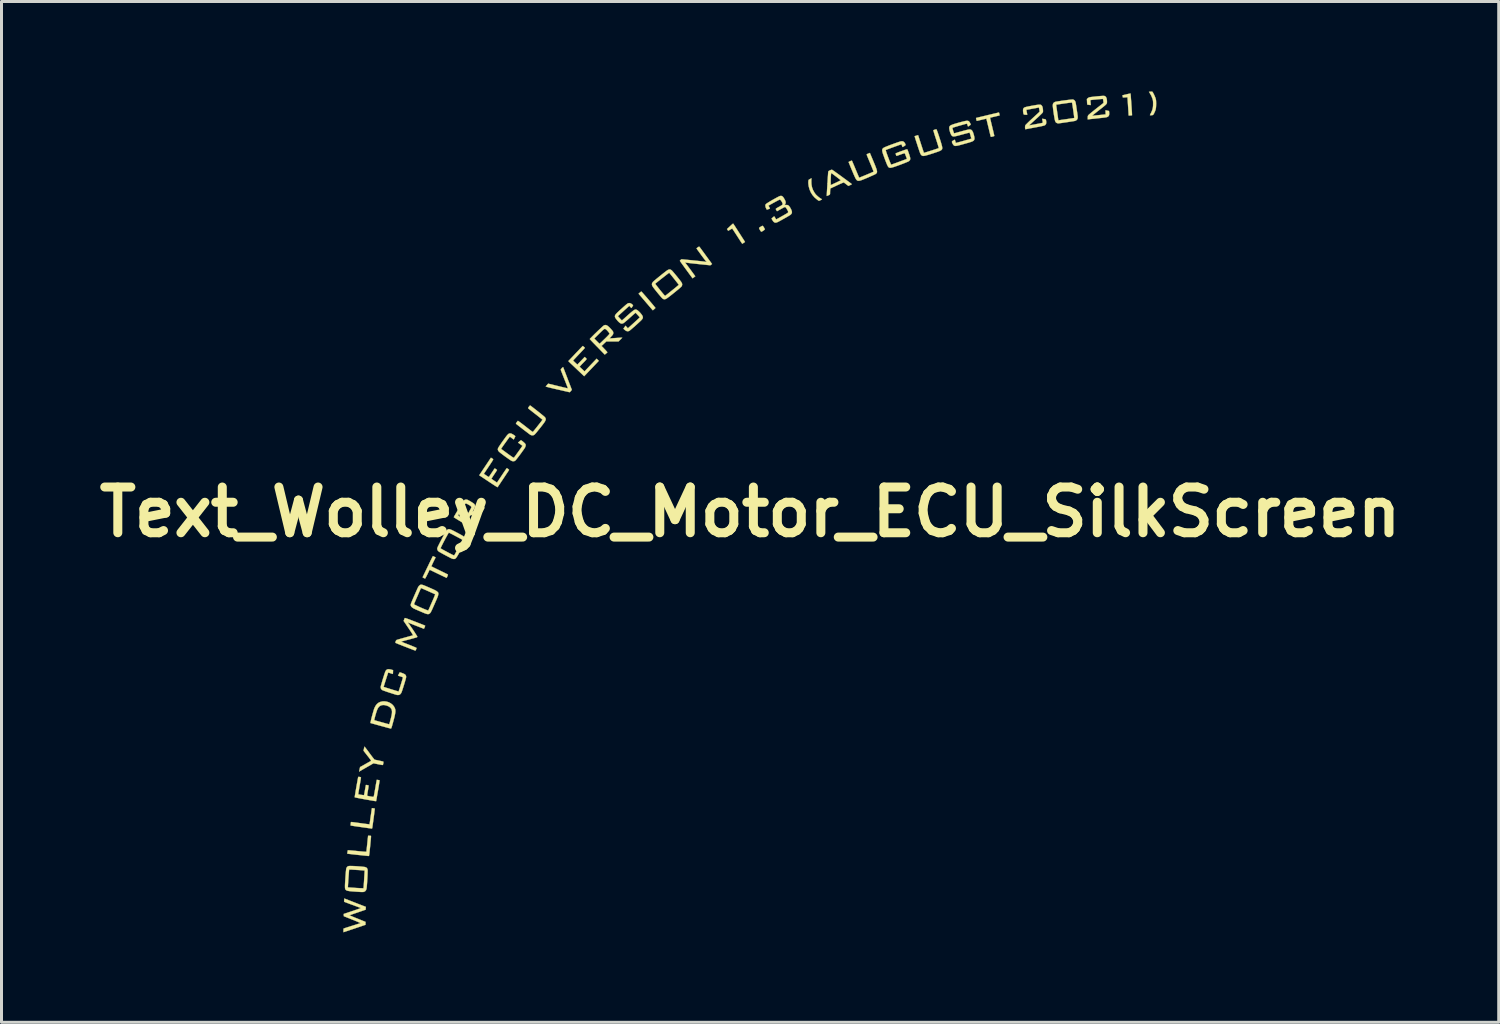
<source format=kicad_pcb>
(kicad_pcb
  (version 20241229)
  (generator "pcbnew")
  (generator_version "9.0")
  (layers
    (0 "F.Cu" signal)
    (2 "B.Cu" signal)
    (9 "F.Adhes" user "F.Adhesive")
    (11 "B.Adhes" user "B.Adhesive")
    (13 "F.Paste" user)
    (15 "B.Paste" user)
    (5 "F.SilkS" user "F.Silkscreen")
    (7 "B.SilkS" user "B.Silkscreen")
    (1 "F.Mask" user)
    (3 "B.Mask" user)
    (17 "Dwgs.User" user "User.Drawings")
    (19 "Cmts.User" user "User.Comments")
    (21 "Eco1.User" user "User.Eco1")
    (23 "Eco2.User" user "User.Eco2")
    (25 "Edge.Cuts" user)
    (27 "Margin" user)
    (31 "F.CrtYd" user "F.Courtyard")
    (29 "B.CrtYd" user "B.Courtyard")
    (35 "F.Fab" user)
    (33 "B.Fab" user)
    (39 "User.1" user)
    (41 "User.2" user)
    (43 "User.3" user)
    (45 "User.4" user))
  (footprint "Text_Wolley_DC_Motor_ECU_SilkScreen"
    (layer "F.Cu")
    (at 21.96 14.023)
    (property "Reference" "Text_Wolley_DC_Motor_ECU_SilkScreen" (at 0 0 0) (layer "F.SilkS") (effects (font (size 1.524 1.524) (thickness 0.3))))
    (attr through_hole)
    (fp_poly (pts (xy 0.418 -9.543) (xy 0.431 -9.532) (xy 0.448 -9.509) (xy 0.457 -9.496) (xy 0.473 -9.468) (xy 0.486 -9.444) (xy 0.491 -9.429) (xy 0.491 -9.428) (xy 0.484 -9.417) (xy 0.464 -9.4) (xy 0.436 -9.38) (xy 0.4 -9.358) (xy 0.379 -9.347) (xy 0.37 -9.35) (xy 0.361 -9.357) (xy 0.348 -9.373) (xy 0.332 -9.398) (xy 0.317 -9.424) (xy 0.305 -9.449) (xy 0.299 -9.468) (xy 0.299 -9.473) (xy 0.308 -9.483) (xy 0.327 -9.497) (xy 0.352 -9.513) (xy 0.378 -9.529) (xy 0.401 -9.54) (xy 0.408 -9.543) (xy 0.418 -9.543)) (stroke (width 0.01) (type solid)) (fill yes) (layer "F.SilkS"))
    (fp_poly (pts (xy -3.618 -7.346) (xy -3.601 -7.328) (xy -3.576 -7.301) (xy -3.545 -7.265) (xy -3.508 -7.223) (xy -3.467 -7.176) (xy -3.424 -7.126) (xy -3.38 -7.075) (xy -3.336 -7.023) (xy -3.294 -6.974) (xy -3.255 -6.928) (xy -3.221 -6.887) (xy -3.193 -6.852) (xy -3.172 -6.826) (xy -3.16 -6.81) (xy -3.157 -6.806) (xy -3.163 -6.798) (xy -3.178 -6.783) (xy -3.198 -6.765) (xy -3.218 -6.747) (xy -3.235 -6.734) (xy -3.244 -6.729) (xy -3.244 -6.729) (xy -3.251 -6.735) (xy -3.267 -6.753) (xy -3.291 -6.781) (xy -3.323 -6.818) (xy -3.362 -6.863) (xy -3.405 -6.914) (xy -3.453 -6.969) (xy -3.483 -7.005) (xy -3.718 -7.28) (xy -3.677 -7.317) (xy -3.654 -7.336) (xy -3.635 -7.349) (xy -3.625 -7.353) (xy -3.618 -7.346)) (stroke (width 0.01) (type solid)) (fill yes) (layer "F.SilkS"))
    (fp_poly (pts (xy 2.042 -11.038) (xy 2.045 -10.932) (xy 2.063 -10.831) (xy 2.098 -10.735) (xy 2.149 -10.645) (xy 2.17 -10.616) (xy 2.196 -10.584) (xy 2.232 -10.549) (xy 2.272 -10.513) (xy 2.313 -10.481) (xy 2.349 -10.456) (xy 2.367 -10.446) (xy 2.386 -10.436) (xy 2.395 -10.429) (xy 2.395 -10.428) (xy 2.388 -10.422) (xy 2.371 -10.412) (xy 2.348 -10.399) (xy 2.324 -10.388) (xy 2.305 -10.38) (xy 2.296 -10.377) (xy 2.286 -10.382) (xy 2.267 -10.394) (xy 2.242 -10.412) (xy 2.234 -10.418) (xy 2.149 -10.49) (xy 2.078 -10.572) (xy 2.022 -10.662) (xy 1.98 -10.761) (xy 1.952 -10.868) (xy 1.943 -10.938) (xy 1.94 -10.975) (xy 1.941 -11.014) (xy 1.943 -11.038) (xy 1.946 -11.061) (xy 1.953 -11.076) (xy 1.966 -11.087) (xy 1.989 -11.1) (xy 1.997 -11.104) (xy 2.046 -11.129) (xy 2.042 -11.038)) (stroke (width 0.01) (type solid)) (fill yes) (layer "F.SilkS"))
    (fp_poly (pts (xy 12.684 -13.955) (xy 12.685 -13.946) (xy 12.687 -13.922) (xy 12.691 -13.886) (xy 12.694 -13.839) (xy 12.698 -13.784) (xy 12.703 -13.722) (xy 12.708 -13.657) (xy 12.712 -13.589) (xy 12.717 -13.521) (xy 12.721 -13.456) (xy 12.725 -13.395) (xy 12.729 -13.341) (xy 12.731 -13.295) (xy 12.733 -13.26) (xy 12.734 -13.238) (xy 12.734 -13.23) (xy 12.724 -13.228) (xy 12.703 -13.225) (xy 12.675 -13.223) (xy 12.645 -13.221) (xy 12.629 -13.221) (xy 12.621 -13.226) (xy 12.62 -13.234) (xy 12.62 -13.234) (xy 12.619 -13.246) (xy 12.618 -13.273) (xy 12.616 -13.313) (xy 12.613 -13.363) (xy 12.609 -13.422) (xy 12.605 -13.487) (xy 12.601 -13.541) (xy 12.582 -13.832) (xy 12.504 -13.826) (xy 12.466 -13.823) (xy 12.443 -13.823) (xy 12.43 -13.825) (xy 12.425 -13.83) (xy 12.425 -13.832) (xy 12.423 -13.849) (xy 12.42 -13.87) (xy 12.415 -13.896) (xy 12.547 -13.927) (xy 12.592 -13.938) (xy 12.631 -13.946) (xy 12.661 -13.952) (xy 12.679 -13.955) (xy 12.684 -13.955)) (stroke (width 0.01) (type solid)) (fill yes) (layer "F.SilkS"))
    (fp_poly (pts (xy 13.401 -14.017) (xy 13.411 -14.015) (xy 13.422 -14.002) (xy 13.436 -13.978) (xy 13.454 -13.944) (xy 13.473 -13.906) (xy 13.491 -13.866) (xy 13.506 -13.829) (xy 13.518 -13.798) (xy 13.518 -13.796) (xy 13.526 -13.768) (xy 13.532 -13.741) (xy 13.535 -13.712) (xy 13.537 -13.676) (xy 13.538 -13.629) (xy 13.538 -13.606) (xy 13.536 -13.536) (xy 13.531 -13.477) (xy 13.522 -13.426) (xy 13.506 -13.376) (xy 13.483 -13.324) (xy 13.47 -13.296) (xy 13.454 -13.267) (xy 13.442 -13.249) (xy 13.43 -13.24) (xy 13.415 -13.235) (xy 13.409 -13.235) (xy 13.379 -13.231) (xy 13.353 -13.229) (xy 13.335 -13.231) (xy 13.331 -13.233) (xy 13.334 -13.242) (xy 13.344 -13.263) (xy 13.357 -13.291) (xy 13.364 -13.303) (xy 13.394 -13.368) (xy 13.415 -13.426) (xy 13.428 -13.482) (xy 13.435 -13.544) (xy 13.436 -13.606) (xy 13.436 -13.656) (xy 13.434 -13.695) (xy 13.43 -13.726) (xy 13.423 -13.756) (xy 13.417 -13.779) (xy 13.376 -13.881) (xy 13.323 -13.974) (xy 13.297 -14.012) (xy 13.35 -14.017) (xy 13.379 -14.018) (xy 13.401 -14.017)) (stroke (width 0.01) (type solid)) (fill yes) (layer "F.SilkS"))
    (fp_poly (pts (xy -0.561 -9.613) (xy -0.558 -9.609) (xy -0.552 -9.6) (xy -0.543 -9.586) (xy -0.529 -9.565) (xy -0.511 -9.538) (xy -0.488 -9.502) (xy -0.459 -9.457) (xy -0.424 -9.403) (xy -0.383 -9.338) (xy -0.333 -9.261) (xy -0.276 -9.172) (xy -0.21 -9.07) (xy -0.206 -9.063) (xy -0.17 -9.006) (xy -0.214 -8.976) (xy -0.237 -8.961) (xy -0.255 -8.95) (xy -0.262 -8.946) (xy -0.268 -8.953) (xy -0.281 -8.973) (xy -0.302 -9.003) (xy -0.328 -9.043) (xy -0.359 -9.091) (xy -0.394 -9.145) (xy -0.427 -9.197) (xy -0.465 -9.255) (xy -0.5 -9.309) (xy -0.531 -9.356) (xy -0.557 -9.396) (xy -0.577 -9.426) (xy -0.59 -9.445) (xy -0.595 -9.451) (xy -0.604 -9.449) (xy -0.625 -9.439) (xy -0.652 -9.424) (xy -0.665 -9.416) (xy -0.694 -9.399) (xy -0.716 -9.386) (xy -0.729 -9.379) (xy -0.731 -9.379) (xy -0.737 -9.387) (xy -0.749 -9.404) (xy -0.752 -9.409) (xy -0.77 -9.436) (xy -0.722 -9.481) (xy -0.69 -9.511) (xy -0.654 -9.545) (xy -0.621 -9.575) (xy -0.594 -9.6) (xy -0.576 -9.613) (xy -0.565 -9.616) (xy -0.561 -9.613)) (stroke (width 0.01) (type solid)) (fill yes) (layer "F.SilkS"))
    (fp_poly (pts (xy -5.545 -5.51) (xy -5.525 -5.493) (xy -5.513 -5.479) (xy -5.51 -5.475) (xy -5.516 -5.467) (xy -5.531 -5.449) (xy -5.556 -5.421) (xy -5.588 -5.386) (xy -5.626 -5.346) (xy -5.668 -5.301) (xy -5.681 -5.288) (xy -5.725 -5.241) (xy -5.768 -5.196) (xy -5.806 -5.156) (xy -5.838 -5.122) (xy -5.862 -5.097) (xy -5.876 -5.081) (xy -5.877 -5.08) (xy -5.904 -5.051) (xy -5.832 -4.984) (xy -5.76 -4.916) (xy -5.514 -5.172) (xy -5.481 -5.139) (xy -5.448 -5.105) (xy -5.474 -5.073) (xy -5.494 -5.049) (xy -5.521 -5.021) (xy -5.544 -4.998) (xy -5.571 -4.97) (xy -5.604 -4.937) (xy -5.634 -4.904) (xy -5.637 -4.9) (xy -5.686 -4.845) (xy -5.603 -4.767) (xy -5.52 -4.69) (xy -5.319 -4.902) (xy -5.118 -5.113) (xy -5.082 -5.078) (xy -5.045 -5.042) (xy -5.199 -4.88) (xy -5.247 -4.83) (xy -5.296 -4.778) (xy -5.344 -4.728) (xy -5.389 -4.681) (xy -5.426 -4.642) (xy -5.443 -4.624) (xy -5.533 -4.53) (xy -5.756 -4.741) (xy -5.809 -4.792) (xy -5.86 -4.84) (xy -5.907 -4.885) (xy -5.949 -4.924) (xy -5.983 -4.956) (xy -6.008 -4.98) (xy -6.02 -4.993) (xy -6.061 -5.033) (xy -5.869 -5.235) (xy -5.821 -5.287) (xy -5.773 -5.337) (xy -5.729 -5.383) (xy -5.691 -5.423) (xy -5.659 -5.457) (xy -5.636 -5.48) (xy -5.629 -5.488) (xy -5.579 -5.538) (xy -5.545 -5.51)) (stroke (width 0.01) (type solid)) (fill yes) (layer "F.SilkS"))
    (fp_poly (pts (xy -6.233 -4.831) (xy -6.23 -4.821) (xy -6.22 -4.797) (xy -6.206 -4.76) (xy -6.188 -4.713) (xy -6.166 -4.655) (xy -6.141 -4.591) (xy -6.114 -4.52) (xy -6.087 -4.448) (xy -5.944 -4.075) (xy -5.977 -4.035) (xy -5.996 -4.014) (xy -6.01 -4) (xy -6.016 -3.996) (xy -6.026 -3.998) (xy -6.05 -4.003) (xy -6.087 -4.012) (xy -6.136 -4.023) (xy -6.195 -4.036) (xy -6.262 -4.052) (xy -6.336 -4.069) (xy -6.415 -4.087) (xy -6.42 -4.088) (xy -6.499 -4.106) (xy -6.573 -4.123) (xy -6.64 -4.139) (xy -6.698 -4.154) (xy -6.746 -4.166) (xy -6.783 -4.176) (xy -6.806 -4.183) (xy -6.814 -4.186) (xy -6.814 -4.186) (xy -6.807 -4.196) (xy -6.792 -4.214) (xy -6.772 -4.237) (xy -6.772 -4.237) (xy -6.733 -4.281) (xy -6.407 -4.202) (xy -6.335 -4.184) (xy -6.269 -4.169) (xy -6.21 -4.154) (xy -6.159 -4.143) (xy -6.119 -4.133) (xy -6.091 -4.127) (xy -6.077 -4.125) (xy -6.076 -4.124) (xy -6.078 -4.132) (xy -6.085 -4.154) (xy -6.098 -4.189) (xy -6.115 -4.233) (xy -6.136 -4.287) (xy -6.159 -4.348) (xy -6.186 -4.415) (xy -6.192 -4.431) (xy -6.219 -4.499) (xy -6.244 -4.562) (xy -6.266 -4.619) (xy -6.285 -4.668) (xy -6.3 -4.706) (xy -6.31 -4.733) (xy -6.314 -4.746) (xy -6.314 -4.747) (xy -6.309 -4.759) (xy -6.296 -4.777) (xy -6.279 -4.797) (xy -6.261 -4.815) (xy -6.245 -4.827) (xy -6.235 -4.832) (xy -6.233 -4.831)) (stroke (width 0.01) (type solid)) (fill yes) (layer "F.SilkS"))
    (fp_poly (pts (xy -12.849 7.827) (xy -12.834 7.846) (xy -12.812 7.875) (xy -12.783 7.913) (xy -12.749 7.958) (xy -12.712 8.008) (xy -12.692 8.036) (xy -12.653 8.089) (xy -12.616 8.138) (xy -12.584 8.18) (xy -12.556 8.215) (xy -12.536 8.24) (xy -12.523 8.253) (xy -12.52 8.255) (xy -12.507 8.259) (xy -12.481 8.264) (xy -12.444 8.272) (xy -12.4 8.281) (xy -12.372 8.287) (xy -12.327 8.297) (xy -12.286 8.306) (xy -12.255 8.313) (xy -12.235 8.318) (xy -12.23 8.32) (xy -12.227 8.331) (xy -12.227 8.352) (xy -12.23 8.378) (xy -12.236 8.405) (xy -12.242 8.425) (xy -12.247 8.434) (xy -12.257 8.434) (xy -12.281 8.43) (xy -12.316 8.424) (xy -12.359 8.416) (xy -12.405 8.407) (xy -12.557 8.376) (xy -12.768 8.498) (xy -12.824 8.53) (xy -12.876 8.56) (xy -12.923 8.587) (xy -12.961 8.609) (xy -12.99 8.626) (xy -13.006 8.635) (xy -13.007 8.636) (xy -13.036 8.652) (xy -13.03 8.621) (xy -13.024 8.593) (xy -13.017 8.559) (xy -13.014 8.545) (xy -13.004 8.502) (xy -12.831 8.405) (xy -12.781 8.376) (xy -12.736 8.351) (xy -12.697 8.329) (xy -12.667 8.312) (xy -12.648 8.301) (xy -12.643 8.299) (xy -12.64 8.294) (xy -12.64 8.287) (xy -12.646 8.275) (xy -12.658 8.256) (xy -12.677 8.23) (xy -12.704 8.194) (xy -12.74 8.147) (xy -12.759 8.124) (xy -12.889 7.957) (xy -12.875 7.889) (xy -12.868 7.858) (xy -12.861 7.834) (xy -12.856 7.821) (xy -12.855 7.821) (xy -12.849 7.827)) (stroke (width 0.01) (type solid)) (fill yes) (layer "F.SilkS"))
    (fp_poly (pts (xy -10.552 1.478) (xy -10.531 1.489) (xy -10.486 1.512) (xy -10.559 1.658) (xy -10.581 1.704) (xy -10.6 1.745) (xy -10.614 1.778) (xy -10.623 1.801) (xy -10.625 1.812) (xy -10.625 1.812) (xy -10.616 1.817) (xy -10.593 1.828) (xy -10.559 1.846) (xy -10.515 1.867) (xy -10.463 1.893) (xy -10.404 1.921) (xy -10.351 1.947) (xy -10.289 1.977) (xy -10.231 2.005) (xy -10.18 2.03) (xy -10.137 2.052) (xy -10.104 2.068) (xy -10.084 2.079) (xy -10.077 2.083) (xy -10.076 2.093) (xy -10.082 2.113) (xy -10.092 2.138) (xy -10.103 2.163) (xy -10.114 2.183) (xy -10.122 2.192) (xy -10.123 2.192) (xy -10.132 2.189) (xy -10.154 2.178) (xy -10.188 2.162) (xy -10.232 2.141) (xy -10.285 2.116) (xy -10.343 2.088) (xy -10.407 2.057) (xy -10.408 2.057) (xy -10.686 1.922) (xy -10.757 2.07) (xy -10.78 2.115) (xy -10.8 2.155) (xy -10.818 2.187) (xy -10.83 2.208) (xy -10.837 2.217) (xy -10.838 2.217) (xy -10.85 2.213) (xy -10.871 2.204) (xy -10.882 2.198) (xy -10.903 2.187) (xy -10.916 2.177) (xy -10.918 2.174) (xy -10.915 2.166) (xy -10.905 2.144) (xy -10.889 2.111) (xy -10.869 2.068) (xy -10.844 2.017) (xy -10.817 1.96) (xy -10.788 1.9) (xy -10.758 1.837) (xy -10.727 1.774) (xy -10.698 1.712) (xy -10.669 1.654) (xy -10.644 1.601) (xy -10.621 1.556) (xy -10.603 1.519) (xy -10.59 1.493) (xy -10.584 1.48) (xy -10.584 1.48) (xy -10.578 1.473) (xy -10.568 1.472) (xy -10.552 1.478)) (stroke (width 0.01) (type solid)) (fill yes) (layer "F.SilkS"))
    (fp_poly (pts (xy -12.659 10.793) (xy -12.642 10.8) (xy -12.64 10.803) (xy -12.64 10.814) (xy -12.641 10.84) (xy -12.644 10.879) (xy -12.648 10.928) (xy -12.654 10.986) (xy -12.66 11.051) (xy -12.665 11.106) (xy -12.674 11.194) (xy -12.682 11.266) (xy -12.688 11.325) (xy -12.693 11.371) (xy -12.697 11.406) (xy -12.701 11.431) (xy -12.704 11.449) (xy -12.707 11.46) (xy -12.711 11.466) (xy -12.714 11.468) (xy -12.718 11.468) (xy -12.723 11.468) (xy -12.724 11.467) (xy -12.736 11.466) (xy -12.763 11.464) (xy -12.803 11.459) (xy -12.855 11.454) (xy -12.915 11.448) (xy -12.983 11.44) (xy -13.057 11.433) (xy -13.084 11.43) (xy -13.158 11.422) (xy -13.227 11.414) (xy -13.288 11.407) (xy -13.341 11.401) (xy -13.383 11.396) (xy -13.412 11.393) (xy -13.427 11.391) (xy -13.428 11.39) (xy -13.429 11.381) (xy -13.428 11.36) (xy -13.424 11.334) (xy -13.42 11.307) (xy -13.416 11.286) (xy -13.412 11.277) (xy -13.403 11.276) (xy -13.378 11.277) (xy -13.341 11.28) (xy -13.292 11.284) (xy -13.235 11.289) (xy -13.17 11.295) (xy -13.104 11.302) (xy -13.034 11.309) (xy -12.97 11.315) (xy -12.913 11.32) (xy -12.865 11.324) (xy -12.829 11.326) (xy -12.805 11.327) (xy -12.797 11.327) (xy -12.795 11.317) (xy -12.791 11.293) (xy -12.786 11.256) (xy -12.781 11.209) (xy -12.775 11.154) (xy -12.769 11.094) (xy -12.768 11.092) (xy -12.762 11.029) (xy -12.756 10.971) (xy -12.751 10.919) (xy -12.746 10.875) (xy -12.742 10.844) (xy -12.741 10.827) (xy -12.736 10.791) (xy -12.69 10.791) (xy -12.659 10.793)) (stroke (width 0.01) (type solid)) (fill yes) (layer "F.SilkS"))
    (fp_poly (pts (xy -12.58 9.874) (xy -12.555 9.877) (xy -12.532 9.882) (xy -12.517 9.886) (xy -12.514 9.887) (xy -12.514 9.896) (xy -12.517 9.919) (xy -12.521 9.955) (xy -12.527 10) (xy -12.533 10.054) (xy -12.541 10.113) (xy -12.549 10.176) (xy -12.558 10.24) (xy -12.566 10.303) (xy -12.575 10.363) (xy -12.582 10.418) (xy -12.589 10.464) (xy -12.594 10.502) (xy -12.599 10.527) (xy -12.599 10.527) (xy -12.603 10.545) (xy -12.609 10.553) (xy -12.609 10.554) (xy -12.619 10.552) (xy -12.643 10.549) (xy -12.681 10.543) (xy -12.73 10.537) (xy -12.788 10.528) (xy -12.855 10.519) (xy -12.928 10.509) (xy -12.965 10.503) (xy -13.04 10.493) (xy -13.11 10.483) (xy -13.172 10.474) (xy -13.226 10.466) (xy -13.269 10.459) (xy -13.3 10.454) (xy -13.317 10.451) (xy -13.319 10.45) (xy -13.32 10.441) (xy -13.319 10.419) (xy -13.317 10.39) (xy -13.314 10.361) (xy -13.31 10.344) (xy -13.303 10.336) (xy -13.293 10.335) (xy -13.289 10.335) (xy -13.276 10.336) (xy -13.248 10.339) (xy -13.207 10.344) (xy -13.156 10.351) (xy -13.097 10.359) (xy -13.031 10.368) (xy -12.977 10.375) (xy -12.909 10.385) (xy -12.847 10.393) (xy -12.792 10.4) (xy -12.747 10.405) (xy -12.713 10.409) (xy -12.693 10.411) (xy -12.687 10.411) (xy -12.686 10.398) (xy -12.682 10.371) (xy -12.677 10.333) (xy -12.67 10.286) (xy -12.663 10.233) (xy -12.655 10.176) (xy -12.646 10.118) (xy -12.638 10.06) (xy -12.63 10.007) (xy -12.623 9.959) (xy -12.617 9.919) (xy -12.613 9.891) (xy -12.61 9.875) (xy -12.609 9.873) (xy -12.6 9.872) (xy -12.58 9.874)) (stroke (width 0.01) (type solid)) (fill yes) (layer "F.SilkS"))
    (fp_poly (pts (xy 8.299 -13.315) (xy 8.305 -13.296) (xy 8.311 -13.273) (xy 8.316 -13.249) (xy 8.319 -13.231) (xy 8.319 -13.226) (xy 8.31 -13.223) (xy 8.287 -13.217) (xy 8.253 -13.209) (xy 8.211 -13.199) (xy 8.162 -13.187) (xy 8.159 -13.187) (xy 8.11 -13.175) (xy 8.067 -13.165) (xy 8.033 -13.156) (xy 8.01 -13.151) (xy 8 -13.148) (xy 8 -13.148) (xy 8.001 -13.14) (xy 8.006 -13.117) (xy 8.014 -13.081) (xy 8.025 -13.035) (xy 8.038 -12.979) (xy 8.053 -12.916) (xy 8.07 -12.848) (xy 8.086 -12.779) (xy 8.102 -12.716) (xy 8.115 -12.659) (xy 8.126 -12.612) (xy 8.135 -12.575) (xy 8.14 -12.551) (xy 8.142 -12.542) (xy 8.134 -12.536) (xy 8.112 -12.528) (xy 8.079 -12.519) (xy 8.052 -12.513) (xy 8.032 -12.511) (xy 8.023 -12.518) (xy 8.021 -12.523) (xy 8.018 -12.535) (xy 8.011 -12.561) (xy 8.002 -12.6) (xy 7.99 -12.649) (xy 7.976 -12.707) (xy 7.961 -12.771) (xy 7.947 -12.827) (xy 7.931 -12.894) (xy 7.916 -12.956) (xy 7.903 -13.01) (xy 7.892 -13.055) (xy 7.884 -13.089) (xy 7.878 -13.11) (xy 7.877 -13.116) (xy 7.868 -13.115) (xy 7.846 -13.11) (xy 7.813 -13.102) (xy 7.771 -13.093) (xy 7.722 -13.081) (xy 7.72 -13.08) (xy 7.671 -13.069) (xy 7.628 -13.058) (xy 7.593 -13.05) (xy 7.569 -13.045) (xy 7.559 -13.043) (xy 7.559 -13.043) (xy 7.554 -13.05) (xy 7.548 -13.069) (xy 7.541 -13.092) (xy 7.536 -13.116) (xy 7.534 -13.133) (xy 7.534 -13.139) (xy 7.543 -13.142) (xy 7.566 -13.148) (xy 7.601 -13.156) (xy 7.647 -13.168) (xy 7.702 -13.181) (xy 7.763 -13.196) (xy 7.828 -13.211) (xy 7.896 -13.228) (xy 7.965 -13.244) (xy 8.032 -13.26) (xy 8.096 -13.276) (xy 8.154 -13.289) (xy 8.205 -13.301) (xy 8.246 -13.311) (xy 8.276 -13.318) (xy 8.293 -13.322) (xy 8.295 -13.322) (xy 8.299 -13.315)) (stroke (width 0.01) (type solid)) (fill yes) (layer "F.SilkS"))
    (fp_poly (pts (xy -1.694 -8.848) (xy -1.689 -8.844) (xy -1.682 -8.835) (xy -1.666 -8.813) (xy -1.642 -8.781) (xy -1.612 -8.74) (xy -1.577 -8.692) (xy -1.537 -8.638) (xy -1.495 -8.58) (xy -1.494 -8.578) (xy -1.451 -8.519) (xy -1.411 -8.464) (xy -1.374 -8.413) (xy -1.342 -8.37) (xy -1.316 -8.335) (xy -1.298 -8.31) (xy -1.289 -8.297) (xy -1.269 -8.271) (xy -1.325 -8.228) (xy -1.723 -8.269) (xy -1.804 -8.278) (xy -1.881 -8.286) (xy -1.951 -8.294) (xy -2.014 -8.301) (xy -2.067 -8.308) (xy -2.108 -8.313) (xy -2.136 -8.317) (xy -2.148 -8.319) (xy -2.175 -8.327) (xy -2.134 -8.275) (xy -2.118 -8.253) (xy -2.093 -8.221) (xy -2.062 -8.18) (xy -2.027 -8.133) (xy -1.99 -8.082) (xy -1.96 -8.042) (xy -1.828 -7.861) (xy -1.872 -7.828) (xy -1.895 -7.811) (xy -1.912 -7.799) (xy -1.918 -7.795) (xy -1.924 -7.801) (xy -1.937 -7.818) (xy -1.953 -7.84) (xy -2.017 -7.926) (xy -2.077 -8.008) (xy -2.133 -8.085) (xy -2.184 -8.154) (xy -2.228 -8.216) (xy -2.267 -8.269) (xy -2.298 -8.313) (xy -2.321 -8.346) (xy -2.336 -8.367) (xy -2.341 -8.375) (xy -2.338 -8.386) (xy -2.324 -8.401) (xy -2.316 -8.407) (xy -2.287 -8.429) (xy -1.912 -8.392) (xy -1.832 -8.384) (xy -1.757 -8.376) (xy -1.687 -8.369) (xy -1.626 -8.362) (xy -1.574 -8.356) (xy -1.534 -8.351) (xy -1.507 -8.348) (xy -1.498 -8.346) (xy -1.469 -8.34) (xy -1.455 -8.339) (xy -1.455 -8.346) (xy -1.468 -8.361) (xy -1.478 -8.373) (xy -1.492 -8.389) (xy -1.512 -8.415) (xy -1.539 -8.45) (xy -1.569 -8.49) (xy -1.603 -8.535) (xy -1.637 -8.581) (xy -1.671 -8.628) (xy -1.703 -8.672) (xy -1.732 -8.712) (xy -1.757 -8.746) (xy -1.774 -8.772) (xy -1.784 -8.788) (xy -1.786 -8.791) (xy -1.779 -8.799) (xy -1.762 -8.813) (xy -1.743 -8.827) (xy -1.718 -8.843) (xy -1.703 -8.849) (xy -1.694 -8.848)) (stroke (width 0.01) (type solid)) (fill yes) (layer "F.SilkS"))
    (fp_poly (pts (xy -8.617 -1.798) (xy -8.594 -1.783) (xy -8.575 -1.77) (xy -8.571 -1.766) (xy -8.568 -1.762) (xy -8.568 -1.755) (xy -8.571 -1.744) (xy -8.579 -1.729) (xy -8.592 -1.707) (xy -8.611 -1.676) (xy -8.637 -1.637) (xy -8.67 -1.586) (xy -8.712 -1.523) (xy -8.717 -1.516) (xy -8.878 -1.275) (xy -8.798 -1.221) (xy -8.766 -1.2) (xy -8.739 -1.183) (xy -8.721 -1.172) (xy -8.714 -1.168) (xy -8.708 -1.175) (xy -8.694 -1.193) (xy -8.674 -1.222) (xy -8.65 -1.259) (xy -8.621 -1.301) (xy -8.615 -1.31) (xy -8.586 -1.353) (xy -8.561 -1.391) (xy -8.54 -1.422) (xy -8.525 -1.444) (xy -8.518 -1.454) (xy -8.518 -1.455) (xy -8.51 -1.453) (xy -8.493 -1.444) (xy -8.473 -1.431) (xy -8.454 -1.417) (xy -8.441 -1.407) (xy -8.438 -1.403) (xy -8.443 -1.394) (xy -8.456 -1.373) (xy -8.475 -1.343) (xy -8.499 -1.306) (xy -8.527 -1.264) (xy -8.532 -1.257) (xy -8.56 -1.214) (xy -8.585 -1.176) (xy -8.605 -1.144) (xy -8.619 -1.122) (xy -8.624 -1.112) (xy -8.624 -1.111) (xy -8.618 -1.104) (xy -8.599 -1.09) (xy -8.572 -1.071) (xy -8.539 -1.048) (xy -8.531 -1.043) (xy -8.439 -0.982) (xy -8.278 -1.223) (xy -8.24 -1.28) (xy -8.205 -1.332) (xy -8.174 -1.377) (xy -8.148 -1.415) (xy -8.128 -1.443) (xy -8.116 -1.46) (xy -8.112 -1.464) (xy -8.103 -1.46) (xy -8.085 -1.448) (xy -8.07 -1.438) (xy -8.047 -1.42) (xy -8.037 -1.407) (xy -8.038 -1.402) (xy -8.045 -1.391) (xy -8.06 -1.369) (xy -8.081 -1.336) (xy -8.109 -1.295) (xy -8.14 -1.248) (xy -8.174 -1.196) (xy -8.211 -1.141) (xy -8.247 -1.086) (xy -8.284 -1.032) (xy -8.318 -0.98) (xy -8.35 -0.933) (xy -8.377 -0.893) (xy -8.398 -0.861) (xy -8.413 -0.839) (xy -8.42 -0.829) (xy -8.42 -0.828) (xy -8.428 -0.832) (xy -8.449 -0.844) (xy -8.48 -0.863) (xy -8.522 -0.889) (xy -8.571 -0.921) (xy -8.627 -0.958) (xy -8.689 -0.999) (xy -8.728 -1.025) (xy -9.031 -1.227) (xy -8.836 -1.52) (xy -8.641 -1.812) (xy -8.617 -1.798)) (stroke (width 0.01) (type solid)) (fill yes) (layer "F.SilkS"))
    (fp_poly (pts (xy -13.292 12.977) (xy -13.225 13.003) (xy -13.156 13.03) (xy -13.089 13.056) (xy -13.028 13.08) (xy -12.975 13.1) (xy -12.934 13.116) (xy -12.813 13.163) (xy -12.818 13.257) (xy -13.085 13.349) (xy -13.149 13.371) (xy -13.208 13.391) (xy -13.26 13.409) (xy -13.302 13.424) (xy -13.334 13.435) (xy -13.354 13.441) (xy -13.358 13.443) (xy -13.352 13.446) (xy -13.333 13.455) (xy -13.3 13.469) (xy -13.258 13.487) (xy -13.206 13.509) (xy -13.148 13.533) (xy -13.094 13.554) (xy -12.823 13.664) (xy -12.823 13.761) (xy -12.876 13.779) (xy -12.903 13.788) (xy -12.941 13.801) (xy -12.989 13.818) (xy -13.044 13.836) (xy -13.104 13.856) (xy -13.168 13.878) (xy -13.233 13.9) (xy -13.297 13.921) (xy -13.358 13.942) (xy -13.414 13.961) (xy -13.464 13.977) (xy -13.505 13.991) (xy -13.535 14.001) (xy -13.553 14.007) (xy -13.556 14.008) (xy -13.558 14) (xy -13.559 13.98) (xy -13.559 13.951) (xy -13.559 13.949) (xy -13.558 13.919) (xy -13.556 13.897) (xy -13.553 13.886) (xy -13.553 13.886) (xy -13.543 13.883) (xy -13.52 13.875) (xy -13.484 13.863) (xy -13.438 13.848) (xy -13.383 13.831) (xy -13.322 13.811) (xy -13.275 13.796) (xy -13.21 13.776) (xy -13.15 13.757) (xy -13.097 13.74) (xy -13.053 13.726) (xy -13.019 13.715) (xy -12.998 13.708) (xy -12.992 13.706) (xy -12.997 13.702) (xy -13.015 13.693) (xy -13.047 13.678) (xy -13.088 13.66) (xy -13.14 13.638) (xy -13.198 13.614) (xy -13.263 13.588) (xy -13.263 13.588) (xy -13.546 13.475) (xy -13.551 13.4) (xy -13.264 13.304) (xy -13.198 13.282) (xy -13.137 13.261) (xy -13.084 13.243) (xy -13.041 13.227) (xy -13.008 13.214) (xy -12.988 13.206) (xy -12.982 13.202) (xy -12.991 13.198) (xy -13.014 13.189) (xy -13.049 13.175) (xy -13.095 13.158) (xy -13.149 13.138) (xy -13.209 13.115) (xy -13.259 13.097) (xy -13.323 13.074) (xy -13.382 13.052) (xy -13.434 13.032) (xy -13.477 13.016) (xy -13.509 13.004) (xy -13.529 12.996) (xy -13.534 12.993) (xy -13.536 12.982) (xy -13.536 12.96) (xy -13.534 12.936) (xy -13.529 12.885) (xy -13.292 12.977)) (stroke (width 0.01) (type solid)) (fill yes) (layer "F.SilkS"))
    (fp_poly (pts (xy 4.109 -11.698) (xy 4.145 -11.612) (xy 4.174 -11.54) (xy 4.197 -11.48) (xy 4.214 -11.432) (xy 4.225 -11.392) (xy 4.231 -11.361) (xy 4.231 -11.336) (xy 4.226 -11.316) (xy 4.216 -11.3) (xy 4.202 -11.285) (xy 4.184 -11.271) (xy 4.182 -11.27) (xy 4.167 -11.262) (xy 4.138 -11.248) (xy 4.099 -11.23) (xy 4.052 -11.209) (xy 3.999 -11.186) (xy 3.944 -11.161) (xy 3.887 -11.137) (xy 3.833 -11.114) (xy 3.783 -11.094) (xy 3.74 -11.077) (xy 3.706 -11.064) (xy 3.699 -11.061) (xy 3.666 -11.052) (xy 3.631 -11.046) (xy 3.616 -11.045) (xy 3.591 -11.047) (xy 3.572 -11.055) (xy 3.553 -11.071) (xy 3.547 -11.078) (xy 3.537 -11.09) (xy 3.525 -11.108) (xy 3.512 -11.132) (xy 3.496 -11.165) (xy 3.476 -11.208) (xy 3.452 -11.262) (xy 3.424 -11.33) (xy 3.4 -11.386) (xy 3.373 -11.45) (xy 3.348 -11.51) (xy 3.327 -11.563) (xy 3.309 -11.607) (xy 3.295 -11.641) (xy 3.286 -11.663) (xy 3.284 -11.67) (xy 3.291 -11.677) (xy 3.309 -11.687) (xy 3.334 -11.698) (xy 3.359 -11.708) (xy 3.381 -11.715) (xy 3.394 -11.716) (xy 3.395 -11.715) (xy 3.399 -11.707) (xy 3.409 -11.684) (xy 3.424 -11.649) (xy 3.443 -11.604) (xy 3.466 -11.551) (xy 3.491 -11.491) (xy 3.516 -11.43) (xy 3.543 -11.366) (xy 3.568 -11.307) (xy 3.59 -11.254) (xy 3.609 -11.21) (xy 3.623 -11.177) (xy 3.632 -11.156) (xy 3.636 -11.148) (xy 3.644 -11.151) (xy 3.665 -11.159) (xy 3.697 -11.172) (xy 3.738 -11.188) (xy 3.785 -11.208) (xy 3.836 -11.229) (xy 3.889 -11.251) (xy 3.942 -11.273) (xy 3.991 -11.294) (xy 4.035 -11.313) (xy 4.072 -11.329) (xy 4.099 -11.341) (xy 4.113 -11.348) (xy 4.115 -11.349) (xy 4.113 -11.358) (xy 4.106 -11.38) (xy 4.093 -11.415) (xy 4.075 -11.459) (xy 4.054 -11.512) (xy 4.029 -11.572) (xy 4.007 -11.625) (xy 3.98 -11.689) (xy 3.955 -11.749) (xy 3.933 -11.802) (xy 3.914 -11.847) (xy 3.9 -11.882) (xy 3.891 -11.905) (xy 3.888 -11.913) (xy 3.888 -11.924) (xy 3.896 -11.932) (xy 3.914 -11.942) (xy 3.939 -11.952) (xy 3.993 -11.974) (xy 4.109 -11.698)) (stroke (width 0.01) (type solid)) (fill yes) (layer "F.SilkS"))
    (fp_poly (pts (xy -7.327 -3.55) (xy -7.307 -3.535) (xy -7.277 -3.513) (xy -7.24 -3.485) (xy -7.197 -3.451) (xy -7.149 -3.414) (xy -7.1 -3.375) (xy -7.05 -3.336) (xy -7.002 -3.297) (xy -6.957 -3.261) (xy -6.917 -3.228) (xy -6.884 -3.201) (xy -6.86 -3.18) (xy -6.846 -3.167) (xy -6.844 -3.165) (xy -6.824 -3.137) (xy -6.815 -3.108) (xy -6.816 -3.078) (xy -6.828 -3.043) (xy -6.852 -3.002) (xy -6.885 -2.956) (xy -6.93 -2.896) (xy -6.976 -2.837) (xy -7.022 -2.78) (xy -7.065 -2.726) (xy -7.104 -2.678) (xy -7.138 -2.637) (xy -7.166 -2.605) (xy -7.187 -2.584) (xy -7.195 -2.577) (xy -7.232 -2.559) (xy -7.273 -2.557) (xy -7.317 -2.571) (xy -7.326 -2.576) (xy -7.338 -2.584) (xy -7.362 -2.601) (xy -7.395 -2.626) (xy -7.435 -2.657) (xy -7.481 -2.692) (xy -7.53 -2.729) (xy -7.581 -2.768) (xy -7.631 -2.807) (xy -7.679 -2.844) (xy -7.722 -2.878) (xy -7.759 -2.907) (xy -7.788 -2.93) (xy -7.806 -2.945) (xy -7.807 -2.946) (xy -7.806 -2.956) (xy -7.795 -2.976) (xy -7.774 -3.005) (xy -7.746 -3.039) (xy -7.744 -3.042) (xy -7.736 -3.038) (xy -7.716 -3.026) (xy -7.686 -3.005) (xy -7.648 -2.976) (xy -7.602 -2.942) (xy -7.551 -2.903) (xy -7.495 -2.86) (xy -7.44 -2.816) (xy -7.388 -2.776) (xy -7.343 -2.741) (xy -7.304 -2.712) (xy -7.274 -2.689) (xy -7.254 -2.675) (xy -7.246 -2.67) (xy -7.239 -2.677) (xy -7.224 -2.695) (xy -7.201 -2.722) (xy -7.173 -2.757) (xy -7.14 -2.797) (xy -7.106 -2.84) (xy -7.07 -2.886) (xy -7.035 -2.93) (xy -7.002 -2.973) (xy -6.973 -3.01) (xy -6.949 -3.042) (xy -6.933 -3.065) (xy -6.924 -3.077) (xy -6.924 -3.079) (xy -6.93 -3.085) (xy -6.949 -3.101) (xy -6.978 -3.124) (xy -7.015 -3.154) (xy -7.06 -3.19) (xy -7.11 -3.23) (xy -7.153 -3.263) (xy -7.207 -3.305) (xy -7.258 -3.345) (xy -7.303 -3.381) (xy -7.341 -3.411) (xy -7.37 -3.434) (xy -7.388 -3.449) (xy -7.394 -3.455) (xy -7.4 -3.464) (xy -7.4 -3.474) (xy -7.392 -3.489) (xy -7.375 -3.512) (xy -7.357 -3.534) (xy -7.343 -3.55) (xy -7.336 -3.555) (xy -7.327 -3.55)) (stroke (width 0.01) (type solid)) (fill yes) (layer "F.SilkS"))
    (fp_poly (pts (xy 2.739 -11.409) (xy 2.74 -11.408) (xy 2.756 -11.398) (xy 2.782 -11.38) (xy 2.818 -11.355) (xy 2.861 -11.324) (xy 2.91 -11.289) (xy 2.964 -11.25) (xy 3.021 -11.209) (xy 3.079 -11.166) (xy 3.136 -11.124) (xy 3.192 -11.084) (xy 3.243 -11.045) (xy 3.29 -11.011) (xy 3.33 -10.981) (xy 3.361 -10.958) (xy 3.382 -10.941) (xy 3.391 -10.933) (xy 3.391 -10.933) (xy 3.383 -10.926) (xy 3.364 -10.915) (xy 3.337 -10.902) (xy 3.333 -10.9) (xy 3.277 -10.874) (xy 3.206 -10.928) (xy 3.176 -10.952) (xy 3.15 -10.971) (xy 3.132 -10.985) (xy 3.125 -10.989) (xy 3.115 -10.988) (xy 3.091 -10.979) (xy 3.055 -10.964) (xy 3.008 -10.944) (xy 2.953 -10.919) (xy 2.896 -10.893) (xy 2.677 -10.79) (xy 2.671 -10.751) (xy 2.669 -10.723) (xy 2.667 -10.685) (xy 2.666 -10.651) (xy 2.666 -10.621) (xy 2.663 -10.6) (xy 2.655 -10.586) (xy 2.64 -10.574) (xy 2.613 -10.562) (xy 2.588 -10.552) (xy 2.556 -10.538) (xy 2.556 -10.561) (xy 2.556 -10.577) (xy 2.558 -10.607) (xy 2.56 -10.65) (xy 2.563 -10.703) (xy 2.567 -10.764) (xy 2.571 -10.831) (xy 2.575 -10.901) (xy 2.579 -10.973) (xy 2.58 -10.978) (xy 2.686 -10.978) (xy 2.686 -10.942) (xy 2.687 -10.916) (xy 2.689 -10.903) (xy 2.69 -10.903) (xy 2.699 -10.907) (xy 2.722 -10.917) (xy 2.756 -10.933) (xy 2.797 -10.952) (xy 2.844 -10.974) (xy 2.86 -10.981) (xy 2.908 -11.004) (xy 2.95 -11.025) (xy 2.985 -11.042) (xy 3.009 -11.055) (xy 3.021 -11.062) (xy 3.022 -11.063) (xy 3.015 -11.07) (xy 2.997 -11.085) (xy 2.969 -11.107) (xy 2.933 -11.135) (xy 2.891 -11.168) (xy 2.863 -11.189) (xy 2.704 -11.309) (xy 2.699 -11.273) (xy 2.696 -11.246) (xy 2.693 -11.209) (xy 2.691 -11.165) (xy 2.689 -11.117) (xy 2.687 -11.068) (xy 2.686 -11.021) (xy 2.686 -10.978) (xy 2.58 -10.978) (xy 2.584 -11.044) (xy 2.588 -11.112) (xy 2.592 -11.175) (xy 2.596 -11.23) (xy 2.599 -11.276) (xy 2.602 -11.31) (xy 2.603 -11.329) (xy 2.603 -11.332) (xy 2.607 -11.351) (xy 2.612 -11.364) (xy 2.625 -11.374) (xy 2.647 -11.386) (xy 2.665 -11.394) (xy 2.695 -11.407) (xy 2.714 -11.413) (xy 2.727 -11.414) (xy 2.739 -11.409)) (stroke (width 0.01) (type solid)) (fill yes) (layer "F.SilkS"))
    (fp_poly (pts (xy 6.215 -12.756) (xy 6.225 -12.734) (xy 6.238 -12.7) (xy 6.254 -12.657) (xy 6.272 -12.605) (xy 6.291 -12.549) (xy 6.31 -12.489) (xy 6.33 -12.428) (xy 6.349 -12.368) (xy 6.366 -12.312) (xy 6.381 -12.26) (xy 6.393 -12.217) (xy 6.401 -12.182) (xy 6.405 -12.16) (xy 6.405 -12.158) (xy 6.406 -12.135) (xy 6.405 -12.115) (xy 6.399 -12.097) (xy 6.388 -12.081) (xy 6.371 -12.066) (xy 6.345 -12.051) (xy 6.311 -12.035) (xy 6.265 -12.017) (xy 6.207 -11.997) (xy 6.136 -11.973) (xy 6.058 -11.948) (xy 5.98 -11.923) (xy 5.916 -11.904) (xy 5.864 -11.889) (xy 5.823 -11.88) (xy 5.791 -11.875) (xy 5.766 -11.874) (xy 5.746 -11.878) (xy 5.729 -11.885) (xy 5.715 -11.896) (xy 5.696 -11.916) (xy 5.679 -11.944) (xy 5.673 -11.957) (xy 5.666 -11.975) (xy 5.655 -12.005) (xy 5.641 -12.045) (xy 5.625 -12.093) (xy 5.607 -12.147) (xy 5.588 -12.205) (xy 5.569 -12.264) (xy 5.55 -12.322) (xy 5.532 -12.378) (xy 5.516 -12.427) (xy 5.503 -12.47) (xy 5.493 -12.503) (xy 5.487 -12.524) (xy 5.486 -12.531) (xy 5.495 -12.534) (xy 5.514 -12.541) (xy 5.54 -12.549) (xy 5.565 -12.557) (xy 5.587 -12.563) (xy 5.599 -12.566) (xy 5.6 -12.566) (xy 5.603 -12.558) (xy 5.611 -12.535) (xy 5.622 -12.501) (xy 5.637 -12.455) (xy 5.655 -12.401) (xy 5.675 -12.339) (xy 5.696 -12.273) (xy 5.718 -12.206) (xy 5.738 -12.144) (xy 5.756 -12.089) (xy 5.772 -12.043) (xy 5.784 -12.008) (xy 5.791 -11.985) (xy 5.795 -11.977) (xy 5.803 -11.978) (xy 5.825 -11.985) (xy 5.859 -11.995) (xy 5.901 -12.008) (xy 5.95 -12.023) (xy 6.003 -12.04) (xy 6.058 -12.057) (xy 6.112 -12.075) (xy 6.163 -12.091) (xy 6.208 -12.106) (xy 6.246 -12.119) (xy 6.273 -12.129) (xy 6.288 -12.135) (xy 6.29 -12.136) (xy 6.288 -12.145) (xy 6.282 -12.168) (xy 6.272 -12.204) (xy 6.258 -12.25) (xy 6.241 -12.305) (xy 6.221 -12.367) (xy 6.2 -12.433) (xy 6.178 -12.5) (xy 6.158 -12.562) (xy 6.141 -12.617) (xy 6.127 -12.663) (xy 6.117 -12.699) (xy 6.111 -12.722) (xy 6.11 -12.731) (xy 6.121 -12.737) (xy 6.143 -12.745) (xy 6.169 -12.753) (xy 6.192 -12.76) (xy 6.208 -12.763) (xy 6.209 -12.763) (xy 6.215 -12.756)) (stroke (width 0.01) (type solid)) (fill yes) (layer "F.SilkS"))
    (fp_poly (pts (xy -12.119 6.32) (xy -12.048 6.342) (xy -11.983 6.376) (xy -11.926 6.42) (xy -11.88 6.473) (xy -11.859 6.509) (xy -11.845 6.539) (xy -11.835 6.568) (xy -11.829 6.598) (xy -11.826 6.631) (xy -11.828 6.669) (xy -11.834 6.714) (xy -11.844 6.767) (xy -11.858 6.831) (xy -11.878 6.908) (xy -11.902 6.997) (xy -11.921 7.066) (xy -11.936 7.12) (xy -11.948 7.161) (xy -11.958 7.19) (xy -11.966 7.208) (xy -11.972 7.217) (xy -11.976 7.219) (xy -11.986 7.217) (xy -12.012 7.21) (xy -12.05 7.201) (xy -12.099 7.188) (xy -12.157 7.172) (xy -12.222 7.154) (xy -12.293 7.135) (xy -12.319 7.128) (xy -12.391 7.108) (xy -12.458 7.089) (xy -12.519 7.072) (xy -12.57 7.058) (xy -12.612 7.046) (xy -12.641 7.038) (xy -12.657 7.034) (xy -12.658 7.033) (xy -12.659 7.024) (xy -12.655 7.002) (xy -12.647 6.968) (xy -12.64 6.938) (xy -12.532 6.938) (xy -12.523 6.941) (xy -12.501 6.948) (xy -12.467 6.958) (xy -12.424 6.97) (xy -12.374 6.984) (xy -12.32 6.999) (xy -12.265 7.014) (xy -12.211 7.029) (xy -12.16 7.043) (xy -12.115 7.056) (xy -12.078 7.065) (xy -12.052 7.072) (xy -12.039 7.075) (xy -12.039 7.075) (xy -12.032 7.068) (xy -12.023 7.049) (xy -12.017 7.027) (xy -12.01 7.001) (xy -12 6.963) (xy -11.988 6.917) (xy -11.975 6.87) (xy -11.973 6.86) (xy -11.953 6.775) (xy -11.942 6.704) (xy -11.941 6.645) (xy -11.948 6.598) (xy -11.958 6.57) (xy -11.991 6.524) (xy -12.038 6.487) (xy -12.1 6.458) (xy -12.114 6.454) (xy -12.18 6.437) (xy -12.238 6.433) (xy -12.288 6.441) (xy -12.321 6.454) (xy -12.35 6.471) (xy -12.375 6.494) (xy -12.398 6.522) (xy -12.42 6.56) (xy -12.44 6.608) (xy -12.461 6.667) (xy -12.483 6.741) (xy -12.496 6.787) (xy -12.509 6.834) (xy -12.519 6.875) (xy -12.527 6.908) (xy -12.531 6.93) (xy -12.532 6.938) (xy -12.64 6.938) (xy -12.637 6.925) (xy -12.625 6.875) (xy -12.611 6.821) (xy -12.595 6.765) (xy -12.58 6.709) (xy -12.565 6.657) (xy -12.551 6.61) (xy -12.539 6.57) (xy -12.528 6.541) (xy -12.526 6.534) (xy -12.49 6.463) (xy -12.448 6.406) (xy -12.398 6.363) (xy -12.339 6.333) (xy -12.336 6.332) (xy -12.265 6.314) (xy -12.192 6.31) (xy -12.119 6.32)) (stroke (width 0.01) (type solid)) (fill yes) (layer "F.SilkS"))
    (fp_poly (pts (xy -4.78 -6.226) (xy -4.747 -6.206) (xy -4.709 -6.174) (xy -4.665 -6.13) (xy -4.651 -6.114) (xy -4.617 -6.077) (xy -4.593 -6.049) (xy -4.577 -6.028) (xy -4.568 -6.01) (xy -4.564 -5.993) (xy -4.562 -5.975) (xy -4.562 -5.971) (xy -4.564 -5.95) (xy -4.57 -5.93) (xy -4.582 -5.909) (xy -4.602 -5.884) (xy -4.633 -5.851) (xy -4.641 -5.842) (xy -4.663 -5.819) (xy -4.677 -5.801) (xy -4.682 -5.791) (xy -4.68 -5.789) (xy -4.668 -5.79) (xy -4.642 -5.792) (xy -4.605 -5.794) (xy -4.559 -5.798) (xy -4.507 -5.801) (xy -4.499 -5.802) (xy -4.444 -5.806) (xy -4.394 -5.809) (xy -4.35 -5.812) (xy -4.317 -5.814) (xy -4.297 -5.815) (xy -4.296 -5.815) (xy -4.262 -5.815) (xy -4.325 -5.751) (xy -4.388 -5.688) (xy -4.795 -5.688) (xy -4.875 -5.613) (xy -4.954 -5.539) (xy -4.855 -5.436) (xy -4.822 -5.402) (xy -4.795 -5.371) (xy -4.774 -5.347) (xy -4.762 -5.33) (xy -4.76 -5.325) (xy -4.769 -5.315) (xy -4.787 -5.299) (xy -4.805 -5.283) (xy -4.846 -5.25) (xy -5.095 -5.506) (xy -5.148 -5.56) (xy -5.198 -5.611) (xy -5.242 -5.657) (xy -5.28 -5.697) (xy -5.31 -5.729) (xy -5.332 -5.753) (xy -5.343 -5.766) (xy -5.345 -5.769) (xy -5.339 -5.778) (xy -5.332 -5.786) (xy -5.197 -5.786) (xy -5.11 -5.699) (xy -5.079 -5.668) (xy -5.053 -5.642) (xy -5.032 -5.623) (xy -5.021 -5.613) (xy -5.019 -5.612) (xy -5.012 -5.617) (xy -4.995 -5.633) (xy -4.968 -5.658) (xy -4.935 -5.69) (xy -4.896 -5.728) (xy -4.852 -5.77) (xy -4.852 -5.77) (xy -4.797 -5.824) (xy -4.754 -5.867) (xy -4.723 -5.901) (xy -4.702 -5.925) (xy -4.691 -5.941) (xy -4.689 -5.948) (xy -4.695 -5.963) (xy -4.71 -5.987) (xy -4.732 -6.015) (xy -4.757 -6.044) (xy -4.783 -6.071) (xy -4.807 -6.091) (xy -4.824 -6.102) (xy -4.835 -6.106) (xy -4.845 -6.107) (xy -4.857 -6.105) (xy -4.871 -6.097) (xy -4.889 -6.084) (xy -4.913 -6.064) (xy -4.944 -6.035) (xy -4.983 -5.997) (xy -5.033 -5.948) (xy -5.047 -5.934) (xy -5.197 -5.786) (xy -5.332 -5.786) (xy -5.322 -5.796) (xy -5.296 -5.823) (xy -5.263 -5.857) (xy -5.224 -5.896) (xy -5.181 -5.939) (xy -5.135 -5.983) (xy -5.088 -6.029) (xy -5.041 -6.073) (xy -4.997 -6.114) (xy -4.957 -6.151) (xy -4.923 -6.183) (xy -4.896 -6.206) (xy -4.877 -6.221) (xy -4.871 -6.226) (xy -4.84 -6.235) (xy -4.81 -6.236) (xy -4.78 -6.226)) (stroke (width 0.01) (type solid)) (fill yes) (layer "F.SilkS"))
    (fp_poly (pts (xy -7.951 -2.612) (xy -7.905 -2.587) (xy -7.873 -2.566) (xy -7.85 -2.55) (xy -7.834 -2.536) (xy -7.829 -2.529) (xy -7.833 -2.518) (xy -7.842 -2.497) (xy -7.855 -2.471) (xy -7.881 -2.42) (xy -7.925 -2.451) (xy -7.952 -2.471) (xy -7.976 -2.489) (xy -7.989 -2.499) (xy -8.006 -2.509) (xy -8.016 -2.507) (xy -8.02 -2.503) (xy -8.029 -2.493) (xy -8.045 -2.471) (xy -8.068 -2.44) (xy -8.096 -2.402) (xy -8.126 -2.36) (xy -8.158 -2.315) (xy -8.191 -2.27) (xy -8.222 -2.227) (xy -8.25 -2.187) (xy -8.273 -2.153) (xy -8.291 -2.128) (xy -8.301 -2.113) (xy -8.303 -2.109) (xy -8.296 -2.103) (xy -8.278 -2.088) (xy -8.248 -2.066) (xy -8.21 -2.038) (xy -8.165 -2.005) (xy -8.115 -1.968) (xy -8.094 -1.953) (xy -8.035 -1.91) (xy -7.988 -1.877) (xy -7.951 -1.852) (xy -7.924 -1.833) (xy -7.904 -1.822) (xy -7.891 -1.815) (xy -7.881 -1.813) (xy -7.875 -1.814) (xy -7.871 -1.818) (xy -7.861 -1.83) (xy -7.844 -1.852) (xy -7.82 -1.884) (xy -7.793 -1.922) (xy -7.762 -1.965) (xy -7.73 -2.009) (xy -7.698 -2.054) (xy -7.667 -2.097) (xy -7.64 -2.136) (xy -7.618 -2.168) (xy -7.602 -2.192) (xy -7.593 -2.205) (xy -7.592 -2.207) (xy -7.599 -2.214) (xy -7.617 -2.229) (xy -7.642 -2.248) (xy -7.665 -2.264) (xy -7.737 -2.315) (xy -7.692 -2.355) (xy -7.669 -2.375) (xy -7.65 -2.389) (xy -7.64 -2.395) (xy -7.64 -2.395) (xy -7.629 -2.39) (xy -7.609 -2.376) (xy -7.583 -2.357) (xy -7.556 -2.334) (xy -7.531 -2.312) (xy -7.511 -2.292) (xy -7.508 -2.289) (xy -7.491 -2.267) (xy -7.484 -2.249) (xy -7.483 -2.226) (xy -7.484 -2.216) (xy -7.495 -2.173) (xy -7.512 -2.139) (xy -7.534 -2.107) (xy -7.562 -2.066) (xy -7.595 -2.021) (xy -7.63 -1.971) (xy -7.667 -1.921) (xy -7.704 -1.872) (xy -7.739 -1.826) (xy -7.77 -1.786) (xy -7.796 -1.753) (xy -7.815 -1.73) (xy -7.825 -1.72) (xy -7.861 -1.698) (xy -7.901 -1.693) (xy -7.945 -1.703) (xy -7.96 -1.711) (xy -7.981 -1.723) (xy -8.013 -1.744) (xy -8.052 -1.772) (xy -8.097 -1.804) (xy -8.145 -1.838) (xy -8.195 -1.874) (xy -8.242 -1.91) (xy -8.286 -1.943) (xy -8.324 -1.972) (xy -8.353 -1.996) (xy -8.372 -2.012) (xy -8.375 -2.015) (xy -8.4 -2.048) (xy -8.411 -2.079) (xy -8.409 -2.113) (xy -8.405 -2.125) (xy -8.397 -2.143) (xy -8.379 -2.173) (xy -8.352 -2.214) (xy -8.317 -2.265) (xy -8.275 -2.326) (xy -8.226 -2.394) (xy -8.171 -2.47) (xy -8.128 -2.529) (xy -8.091 -2.574) (xy -8.058 -2.605) (xy -8.025 -2.621) (xy -7.991 -2.623) (xy -7.951 -2.612)) (stroke (width 0.01) (type solid)) (fill yes) (layer "F.SilkS"))
    (fp_poly (pts (xy -2.652 -8.084) (xy -2.618 -8.062) (xy -2.61 -8.055) (xy -2.596 -8.041) (xy -2.574 -8.016) (xy -2.545 -7.982) (xy -2.511 -7.941) (xy -2.474 -7.897) (xy -2.435 -7.85) (xy -2.398 -7.803) (xy -2.363 -7.759) (xy -2.332 -7.719) (xy -2.307 -7.687) (xy -2.291 -7.663) (xy -2.29 -7.662) (xy -2.269 -7.618) (xy -2.265 -7.577) (xy -2.277 -7.537) (xy -2.288 -7.521) (xy -2.301 -7.508) (xy -2.325 -7.486) (xy -2.359 -7.456) (xy -2.4 -7.421) (xy -2.447 -7.383) (xy -2.498 -7.341) (xy -2.55 -7.299) (xy -2.601 -7.258) (xy -2.651 -7.219) (xy -2.696 -7.184) (xy -2.735 -7.155) (xy -2.765 -7.133) (xy -2.784 -7.12) (xy -2.824 -7.1) (xy -2.857 -7.094) (xy -2.888 -7.1) (xy -2.918 -7.118) (xy -2.932 -7.13) (xy -2.954 -7.154) (xy -2.983 -7.187) (xy -3.017 -7.227) (xy -3.055 -7.272) (xy -3.094 -7.32) (xy -3.134 -7.369) (xy -3.172 -7.417) (xy -3.206 -7.461) (xy -3.235 -7.5) (xy -3.241 -7.508) (xy -3.266 -7.552) (xy -3.275 -7.593) (xy -3.271 -7.613) (xy -3.164 -7.613) (xy -3.16 -7.606) (xy -3.146 -7.587) (xy -3.125 -7.558) (xy -3.096 -7.521) (xy -3.062 -7.478) (xy -3.023 -7.429) (xy -3.005 -7.406) (xy -2.952 -7.341) (xy -2.909 -7.289) (xy -2.876 -7.25) (xy -2.852 -7.224) (xy -2.837 -7.211) (xy -2.832 -7.209) (xy -2.823 -7.216) (xy -2.802 -7.232) (xy -2.772 -7.256) (xy -2.733 -7.286) (xy -2.687 -7.323) (xy -2.637 -7.363) (xy -2.6 -7.393) (xy -2.547 -7.435) (xy -2.499 -7.474) (xy -2.457 -7.509) (xy -2.422 -7.538) (xy -2.397 -7.56) (xy -2.382 -7.573) (xy -2.378 -7.577) (xy -2.383 -7.585) (xy -2.398 -7.604) (xy -2.419 -7.632) (xy -2.447 -7.668) (xy -2.479 -7.708) (xy -2.513 -7.752) (xy -2.549 -7.797) (xy -2.584 -7.841) (xy -2.617 -7.882) (xy -2.647 -7.919) (xy -2.671 -7.948) (xy -2.689 -7.969) (xy -2.698 -7.979) (xy -2.699 -7.979) (xy -2.706 -7.975) (xy -2.724 -7.961) (xy -2.752 -7.939) (xy -2.788 -7.912) (xy -2.83 -7.879) (xy -2.876 -7.843) (xy -2.923 -7.806) (xy -2.972 -7.768) (xy -3.018 -7.731) (xy -3.062 -7.697) (xy -3.1 -7.666) (xy -3.131 -7.641) (xy -3.153 -7.623) (xy -3.164 -7.613) (xy -3.164 -7.613) (xy -3.271 -7.613) (xy -3.267 -7.632) (xy -3.242 -7.67) (xy -3.239 -7.674) (xy -3.226 -7.686) (xy -3.202 -7.708) (xy -3.168 -7.736) (xy -3.128 -7.771) (xy -3.081 -7.809) (xy -3.032 -7.849) (xy -2.981 -7.89) (xy -2.931 -7.931) (xy -2.883 -7.969) (xy -2.84 -8.002) (xy -2.804 -8.03) (xy -2.777 -8.05) (xy -2.763 -8.06) (xy -2.722 -8.082) (xy -2.686 -8.09) (xy -2.652 -8.084)) (stroke (width 0.01) (type solid)) (fill yes) (layer "F.SilkS"))
    (fp_poly (pts (xy -13.269 11.801) (xy -13.216 11.803) (xy -13.157 11.806) (xy -13.095 11.81) (xy -13.034 11.815) (xy -12.975 11.819) (xy -12.922 11.825) (xy -12.878 11.83) (xy -12.846 11.834) (xy -12.834 11.837) (xy -12.799 11.851) (xy -12.775 11.871) (xy -12.76 11.902) (xy -12.754 11.92) (xy -12.753 11.937) (xy -12.752 11.968) (xy -12.753 12.01) (xy -12.755 12.063) (xy -12.757 12.122) (xy -12.76 12.186) (xy -12.764 12.252) (xy -12.768 12.318) (xy -12.772 12.381) (xy -12.777 12.439) (xy -12.781 12.489) (xy -12.786 12.53) (xy -12.79 12.557) (xy -12.79 12.559) (xy -12.806 12.605) (xy -12.832 12.639) (xy -12.867 12.659) (xy -12.878 12.662) (xy -12.89 12.665) (xy -12.901 12.667) (xy -12.914 12.668) (xy -12.93 12.668) (xy -12.952 12.668) (xy -12.981 12.667) (xy -13.02 12.664) (xy -13.07 12.661) (xy -13.134 12.657) (xy -13.188 12.653) (xy -13.271 12.647) (xy -13.337 12.641) (xy -13.39 12.633) (xy -13.431 12.624) (xy -13.461 12.612) (xy -13.482 12.597) (xy -13.496 12.577) (xy -13.504 12.552) (xy -13.507 12.521) (xy -13.508 12.514) (xy -13.411 12.514) (xy -13.212 12.527) (xy -13.133 12.533) (xy -13.062 12.537) (xy -13.002 12.54) (xy -12.953 12.542) (xy -12.917 12.543) (xy -12.896 12.543) (xy -12.89 12.541) (xy -12.889 12.531) (xy -12.887 12.506) (xy -12.884 12.47) (xy -12.881 12.423) (xy -12.877 12.37) (xy -12.873 12.312) (xy -12.869 12.251) (xy -12.866 12.19) (xy -12.862 12.131) (xy -12.859 12.077) (xy -12.856 12.03) (xy -12.854 11.992) (xy -12.853 11.965) (xy -12.853 11.953) (xy -12.853 11.952) (xy -12.862 11.95) (xy -12.886 11.948) (xy -12.921 11.945) (xy -12.966 11.942) (xy -13.017 11.938) (xy -13.073 11.934) (xy -13.13 11.931) (xy -13.186 11.927) (xy -13.239 11.924) (xy -13.287 11.921) (xy -13.325 11.92) (xy -13.353 11.919) (xy -13.368 11.919) (xy -13.369 11.919) (xy -13.371 11.928) (xy -13.373 11.952) (xy -13.376 11.988) (xy -13.379 12.034) (xy -13.383 12.088) (xy -13.388 12.148) (xy -13.392 12.212) (xy -13.397 12.277) (xy -13.401 12.341) (xy -13.405 12.402) (xy -13.408 12.457) (xy -13.409 12.471) (xy -13.411 12.514) (xy -13.508 12.514) (xy -13.508 12.483) (xy -13.508 12.478) (xy -13.508 12.445) (xy -13.506 12.4) (xy -13.503 12.346) (xy -13.499 12.286) (xy -13.495 12.222) (xy -13.491 12.157) (xy -13.486 12.094) (xy -13.481 12.034) (xy -13.477 11.981) (xy -13.472 11.936) (xy -13.468 11.903) (xy -13.465 11.884) (xy -13.465 11.883) (xy -13.452 11.854) (xy -13.433 11.829) (xy -13.431 11.827) (xy -13.415 11.814) (xy -13.398 11.806) (xy -13.374 11.802) (xy -13.345 11.8) (xy -13.313 11.8) (xy -13.269 11.801)) (stroke (width 0.01) (type solid)) (fill yes) (layer "F.SilkS"))
    (fp_poly (pts (xy -12.001 5.245) (xy -11.959 5.255) (xy -11.904 5.271) (xy -11.907 5.333) (xy -11.908 5.363) (xy -11.91 5.386) (xy -11.911 5.397) (xy -11.912 5.397) (xy -11.92 5.396) (xy -11.941 5.39) (xy -11.971 5.381) (xy -11.989 5.375) (xy -12.022 5.364) (xy -12.048 5.356) (xy -12.064 5.353) (xy -12.067 5.353) (xy -12.071 5.361) (xy -12.078 5.383) (xy -12.089 5.417) (xy -12.103 5.459) (xy -12.119 5.507) (xy -12.135 5.559) (xy -12.153 5.613) (xy -12.169 5.665) (xy -12.185 5.715) (xy -12.198 5.758) (xy -12.209 5.793) (xy -12.216 5.817) (xy -12.219 5.828) (xy -12.219 5.828) (xy -12.21 5.832) (xy -12.188 5.839) (xy -12.154 5.85) (xy -12.112 5.864) (xy -12.062 5.879) (xy -12.009 5.896) (xy -11.954 5.913) (xy -11.9 5.93) (xy -11.849 5.945) (xy -11.803 5.959) (xy -11.765 5.97) (xy -11.737 5.979) (xy -11.722 5.983) (xy -11.72 5.983) (xy -11.716 5.973) (xy -11.708 5.95) (xy -11.697 5.915) (xy -11.683 5.873) (xy -11.668 5.824) (xy -11.651 5.771) (xy -11.635 5.717) (xy -11.619 5.665) (xy -11.604 5.617) (xy -11.592 5.575) (xy -11.582 5.541) (xy -11.576 5.519) (xy -11.574 5.51) (xy -11.583 5.506) (xy -11.605 5.498) (xy -11.635 5.487) (xy -11.656 5.48) (xy -11.69 5.47) (xy -11.717 5.461) (xy -11.734 5.455) (xy -11.738 5.454) (xy -11.736 5.446) (xy -11.727 5.427) (xy -11.713 5.401) (xy -11.711 5.397) (xy -11.68 5.342) (xy -11.609 5.366) (xy -11.556 5.386) (xy -11.517 5.406) (xy -11.491 5.427) (xy -11.476 5.453) (xy -11.469 5.483) (xy -11.469 5.501) (xy -11.471 5.517) (xy -11.478 5.547) (xy -11.489 5.588) (xy -11.503 5.637) (xy -11.519 5.691) (xy -11.537 5.75) (xy -11.555 5.808) (xy -11.573 5.865) (xy -11.59 5.918) (xy -11.605 5.963) (xy -11.618 5.999) (xy -11.628 6.023) (xy -11.629 6.026) (xy -11.656 6.065) (xy -11.687 6.089) (xy -11.724 6.099) (xy -11.751 6.099) (xy -11.773 6.098) (xy -11.777 6.097) (xy -11.812 6.087) (xy -11.856 6.074) (xy -11.907 6.058) (xy -11.962 6.04) (xy -12.02 6.022) (xy -12.077 6.003) (xy -12.13 5.985) (xy -12.178 5.968) (xy -12.217 5.954) (xy -12.246 5.944) (xy -12.26 5.937) (xy -12.294 5.911) (xy -12.312 5.878) (xy -12.318 5.837) (xy -12.318 5.832) (xy -12.315 5.815) (xy -12.308 5.785) (xy -12.296 5.744) (xy -12.282 5.694) (xy -12.266 5.639) (xy -12.249 5.58) (xy -12.23 5.521) (xy -12.212 5.464) (xy -12.196 5.411) (xy -12.18 5.366) (xy -12.168 5.331) (xy -12.158 5.307) (xy -12.157 5.304) (xy -12.141 5.28) (xy -12.122 5.259) (xy -12.094 5.244) (xy -12.053 5.239) (xy -12.001 5.245)) (stroke (width 0.01) (type solid)) (fill yes) (layer "F.SilkS"))
    (fp_poly (pts (xy 11.804 -13.877) (xy 11.84 -13.863) (xy 11.866 -13.837) (xy 11.884 -13.797) (xy 11.891 -13.77) (xy 11.898 -13.711) (xy 11.899 -13.664) (xy 11.894 -13.631) (xy 11.891 -13.624) (xy 11.884 -13.612) (xy 11.874 -13.599) (xy 11.86 -13.584) (xy 11.84 -13.565) (xy 11.814 -13.543) (xy 11.779 -13.514) (xy 11.735 -13.479) (xy 11.68 -13.436) (xy 11.617 -13.387) (xy 11.565 -13.346) (xy 11.518 -13.309) (xy 11.477 -13.276) (xy 11.444 -13.249) (xy 11.42 -13.229) (xy 11.407 -13.217) (xy 11.406 -13.215) (xy 11.416 -13.215) (xy 11.441 -13.217) (xy 11.478 -13.22) (xy 11.524 -13.225) (xy 11.579 -13.23) (xy 11.634 -13.236) (xy 11.854 -13.259) (xy 11.851 -13.33) (xy 11.85 -13.364) (xy 11.85 -13.384) (xy 11.853 -13.394) (xy 11.858 -13.397) (xy 11.863 -13.396) (xy 11.881 -13.391) (xy 11.907 -13.385) (xy 11.923 -13.381) (xy 11.966 -13.372) (xy 11.972 -13.325) (xy 11.974 -13.27) (xy 11.966 -13.228) (xy 11.947 -13.197) (xy 11.915 -13.175) (xy 11.873 -13.162) (xy 11.853 -13.159) (xy 11.819 -13.154) (xy 11.773 -13.149) (xy 11.718 -13.142) (xy 11.657 -13.136) (xy 11.592 -13.129) (xy 11.583 -13.128) (xy 11.518 -13.121) (xy 11.457 -13.114) (xy 11.402 -13.109) (xy 11.355 -13.104) (xy 11.32 -13.1) (xy 11.299 -13.097) (xy 11.297 -13.097) (xy 11.257 -13.092) (xy 11.257 -13.149) (xy 11.258 -13.183) (xy 11.262 -13.206) (xy 11.272 -13.225) (xy 11.277 -13.233) (xy 11.289 -13.245) (xy 11.312 -13.265) (xy 11.345 -13.293) (xy 11.386 -13.327) (xy 11.435 -13.366) (xy 11.488 -13.409) (xy 11.54 -13.45) (xy 11.782 -13.639) (xy 11.777 -13.703) (xy 11.773 -13.735) (xy 11.769 -13.759) (xy 11.765 -13.773) (xy 11.765 -13.774) (xy 11.756 -13.774) (xy 11.732 -13.773) (xy 11.698 -13.771) (xy 11.655 -13.767) (xy 11.606 -13.763) (xy 11.555 -13.758) (xy 11.504 -13.753) (xy 11.455 -13.749) (xy 11.412 -13.744) (xy 11.378 -13.74) (xy 11.354 -13.736) (xy 11.345 -13.734) (xy 11.345 -13.734) (xy 11.346 -13.726) (xy 11.347 -13.704) (xy 11.35 -13.673) (xy 11.352 -13.654) (xy 11.355 -13.619) (xy 11.357 -13.592) (xy 11.357 -13.575) (xy 11.357 -13.571) (xy 11.347 -13.571) (xy 11.327 -13.573) (xy 11.301 -13.577) (xy 11.274 -13.581) (xy 11.253 -13.585) (xy 11.242 -13.588) (xy 11.241 -13.589) (xy 11.24 -13.598) (xy 11.238 -13.62) (xy 11.235 -13.653) (xy 11.234 -13.681) (xy 11.229 -13.77) (xy 11.254 -13.795) (xy 11.28 -13.814) (xy 11.308 -13.828) (xy 11.313 -13.829) (xy 11.335 -13.833) (xy 11.37 -13.839) (xy 11.415 -13.844) (xy 11.467 -13.85) (xy 11.524 -13.856) (xy 11.582 -13.862) (xy 11.64 -13.867) (xy 11.692 -13.872) (xy 11.738 -13.875) (xy 11.775 -13.877) (xy 11.798 -13.877) (xy 11.804 -13.877)) (stroke (width 0.01) (type solid)) (fill yes) (layer "F.SilkS"))
    (fp_poly (pts (xy 10.761 -13.756) (xy 10.796 -13.743) (xy 10.826 -13.716) (xy 10.846 -13.679) (xy 10.849 -13.672) (xy 10.852 -13.656) (xy 10.858 -13.626) (xy 10.865 -13.585) (xy 10.873 -13.535) (xy 10.881 -13.478) (xy 10.89 -13.418) (xy 10.899 -13.358) (xy 10.908 -13.299) (xy 10.915 -13.245) (xy 10.922 -13.197) (xy 10.922 -13.191) (xy 10.922 -13.14) (xy 10.909 -13.098) (xy 10.882 -13.066) (xy 10.843 -13.046) (xy 10.835 -13.043) (xy 10.82 -13.04) (xy 10.791 -13.035) (xy 10.751 -13.028) (xy 10.702 -13.021) (xy 10.647 -13.012) (xy 10.588 -13.003) (xy 10.528 -12.994) (xy 10.468 -12.986) (xy 10.412 -12.977) (xy 10.363 -12.97) (xy 10.321 -12.965) (xy 10.291 -12.961) (xy 10.274 -12.959) (xy 10.271 -12.959) (xy 10.257 -12.962) (xy 10.239 -12.967) (xy 10.211 -12.979) (xy 10.19 -12.998) (xy 10.173 -13.03) (xy 10.172 -13.032) (xy 10.166 -13.052) (xy 10.158 -13.085) (xy 10.149 -13.13) (xy 10.14 -13.184) (xy 10.13 -13.243) (xy 10.121 -13.305) (xy 10.112 -13.366) (xy 10.104 -13.425) (xy 10.098 -13.479) (xy 10.093 -13.524) (xy 10.091 -13.557) (xy 10.091 -13.574) (xy 10.094 -13.584) (xy 10.204 -13.584) (xy 10.205 -13.576) (xy 10.207 -13.554) (xy 10.212 -13.518) (xy 10.218 -13.472) (xy 10.226 -13.418) (xy 10.235 -13.357) (xy 10.238 -13.333) (xy 10.247 -13.269) (xy 10.256 -13.211) (xy 10.263 -13.159) (xy 10.269 -13.118) (xy 10.273 -13.088) (xy 10.275 -13.072) (xy 10.275 -13.07) (xy 10.282 -13.063) (xy 10.294 -13.064) (xy 10.307 -13.066) (xy 10.335 -13.07) (xy 10.374 -13.076) (xy 10.424 -13.083) (xy 10.481 -13.091) (xy 10.544 -13.1) (xy 10.559 -13.102) (xy 10.621 -13.111) (xy 10.678 -13.12) (xy 10.727 -13.127) (xy 10.766 -13.133) (xy 10.793 -13.137) (xy 10.806 -13.14) (xy 10.807 -13.14) (xy 10.807 -13.149) (xy 10.804 -13.172) (xy 10.8 -13.207) (xy 10.794 -13.251) (xy 10.787 -13.302) (xy 10.779 -13.357) (xy 10.771 -13.414) (xy 10.763 -13.47) (xy 10.755 -13.523) (xy 10.748 -13.57) (xy 10.741 -13.609) (xy 10.736 -13.637) (xy 10.733 -13.652) (xy 10.733 -13.654) (xy 10.723 -13.654) (xy 10.699 -13.652) (xy 10.663 -13.648) (xy 10.616 -13.643) (xy 10.56 -13.635) (xy 10.498 -13.627) (xy 10.467 -13.622) (xy 10.403 -13.613) (xy 10.344 -13.604) (xy 10.293 -13.597) (xy 10.252 -13.591) (xy 10.222 -13.587) (xy 10.206 -13.585) (xy 10.204 -13.584) (xy 10.094 -13.584) (xy 10.101 -13.618) (xy 10.125 -13.651) (xy 10.161 -13.672) (xy 10.172 -13.676) (xy 10.193 -13.681) (xy 10.227 -13.687) (xy 10.272 -13.695) (xy 10.326 -13.703) (xy 10.385 -13.712) (xy 10.447 -13.721) (xy 10.51 -13.729) (xy 10.571 -13.737) (xy 10.628 -13.744) (xy 10.678 -13.75) (xy 10.719 -13.754) (xy 10.747 -13.756) (xy 10.761 -13.756)) (stroke (width 0.01) (type solid)) (fill yes) (layer "F.SilkS"))
    (fp_poly (pts (xy -10.025 0.571) (xy -10.002 0.577) (xy -9.972 0.588) (xy -9.934 0.605) (xy -9.886 0.628) (xy -9.827 0.659) (xy -9.763 0.692) (xy -9.687 0.733) (xy -9.624 0.768) (xy -9.575 0.798) (xy -9.537 0.824) (xy -9.51 0.847) (xy -9.493 0.869) (xy -9.484 0.891) (xy -9.482 0.913) (xy -9.486 0.937) (xy -9.492 0.956) (xy -9.499 0.973) (xy -9.513 1.002) (xy -9.533 1.042) (xy -9.558 1.091) (xy -9.587 1.147) (xy -9.619 1.207) (xy -9.642 1.251) (xy -9.683 1.328) (xy -9.718 1.392) (xy -9.748 1.444) (xy -9.772 1.484) (xy -9.793 1.515) (xy -9.811 1.537) (xy -9.828 1.551) (xy -9.843 1.56) (xy -9.859 1.564) (xy -9.875 1.565) (xy -9.906 1.562) (xy -9.937 1.554) (xy -9.937 1.553) (xy -9.956 1.545) (xy -9.986 1.531) (xy -10.025 1.51) (xy -10.072 1.486) (xy -10.123 1.459) (xy -10.176 1.431) (xy -10.228 1.403) (xy -10.277 1.376) (xy -10.319 1.352) (xy -10.354 1.333) (xy -10.377 1.319) (xy -10.384 1.314) (xy -10.415 1.282) (xy -10.43 1.245) (xy -10.429 1.209) (xy -10.321 1.209) (xy -10.321 1.211) (xy -10.311 1.216) (xy -10.289 1.229) (xy -10.256 1.248) (xy -10.214 1.271) (xy -10.164 1.298) (xy -10.109 1.327) (xy -10.093 1.336) (xy -10.029 1.37) (xy -9.977 1.397) (xy -9.938 1.417) (xy -9.909 1.431) (xy -9.888 1.439) (xy -9.875 1.443) (xy -9.867 1.443) (xy -9.863 1.441) (xy -9.857 1.431) (xy -9.844 1.408) (xy -9.825 1.373) (xy -9.801 1.329) (xy -9.773 1.278) (xy -9.742 1.22) (xy -9.721 1.179) (xy -9.689 1.12) (xy -9.661 1.065) (xy -9.636 1.016) (xy -9.617 0.976) (xy -9.603 0.946) (xy -9.596 0.927) (xy -9.595 0.923) (xy -9.605 0.916) (xy -9.627 0.904) (xy -9.66 0.886) (xy -9.7 0.864) (xy -9.747 0.839) (xy -9.796 0.813) (xy -9.847 0.786) (xy -9.896 0.76) (xy -9.942 0.736) (xy -9.982 0.716) (xy -10.014 0.7) (xy -10.035 0.689) (xy -10.044 0.686) (xy -10.051 0.693) (xy -10.064 0.713) (xy -10.082 0.744) (xy -10.104 0.784) (xy -10.13 0.831) (xy -10.158 0.882) (xy -10.186 0.936) (xy -10.215 0.99) (xy -10.242 1.043) (xy -10.267 1.092) (xy -10.288 1.135) (xy -10.305 1.17) (xy -10.316 1.196) (xy -10.321 1.209) (xy -10.429 1.209) (xy -10.429 1.202) (xy -10.427 1.194) (xy -10.421 1.178) (xy -10.408 1.148) (xy -10.389 1.109) (xy -10.365 1.061) (xy -10.338 1.007) (xy -10.308 0.95) (xy -10.277 0.89) (xy -10.246 0.832) (xy -10.216 0.777) (xy -10.189 0.726) (xy -10.165 0.683) (xy -10.145 0.65) (xy -10.132 0.629) (xy -10.13 0.627) (xy -10.109 0.603) (xy -10.085 0.583) (xy -10.076 0.578) (xy -10.061 0.572) (xy -10.044 0.57) (xy -10.025 0.571)) (stroke (width 0.01) (type solid)) (fill yes) (layer "F.SilkS"))
    (fp_poly (pts (xy -3.977 -6.956) (xy -3.94 -6.932) (xy -3.925 -6.917) (xy -3.901 -6.892) (xy -3.927 -6.848) (xy -3.942 -6.825) (xy -3.954 -6.81) (xy -3.96 -6.805) (xy -3.968 -6.811) (xy -3.983 -6.826) (xy -3.996 -6.841) (xy -4.027 -6.877) (xy -4.047 -6.859) (xy -4.059 -6.849) (xy -4.081 -6.829) (xy -4.112 -6.801) (xy -4.15 -6.767) (xy -4.193 -6.728) (xy -4.238 -6.687) (xy -4.41 -6.532) (xy -4.345 -6.461) (xy -4.319 -6.433) (xy -4.297 -6.41) (xy -4.281 -6.395) (xy -4.274 -6.39) (xy -4.266 -6.396) (xy -4.248 -6.411) (xy -4.22 -6.435) (xy -4.185 -6.466) (xy -4.144 -6.503) (xy -4.099 -6.544) (xy -4.093 -6.549) (xy -4.029 -6.606) (xy -3.976 -6.652) (xy -3.933 -6.688) (xy -3.897 -6.716) (xy -3.869 -6.735) (xy -3.846 -6.747) (xy -3.827 -6.753) (xy -3.817 -6.754) (xy -3.788 -6.747) (xy -3.753 -6.727) (xy -3.714 -6.694) (xy -3.671 -6.651) (xy -3.662 -6.641) (xy -3.622 -6.592) (xy -3.594 -6.551) (xy -3.579 -6.516) (xy -3.575 -6.486) (xy -3.583 -6.456) (xy -3.602 -6.427) (xy -3.617 -6.409) (xy -3.637 -6.388) (xy -3.667 -6.359) (xy -3.704 -6.325) (xy -3.746 -6.286) (xy -3.791 -6.245) (xy -3.838 -6.203) (xy -3.884 -6.163) (xy -3.927 -6.125) (xy -3.965 -6.093) (xy -3.997 -6.066) (xy -4.02 -6.048) (xy -4.032 -6.04) (xy -4.07 -6.028) (xy -4.106 -6.03) (xy -4.144 -6.048) (xy -4.148 -6.05) (xy -4.174 -6.069) (xy -4.197 -6.088) (xy -4.204 -6.095) (xy -4.223 -6.116) (xy -4.188 -6.165) (xy -4.154 -6.213) (xy -4.115 -6.17) (xy -4.075 -6.127) (xy -3.876 -6.307) (xy -3.828 -6.351) (xy -3.784 -6.391) (xy -3.746 -6.427) (xy -3.715 -6.456) (xy -3.693 -6.477) (xy -3.682 -6.489) (xy -3.68 -6.491) (xy -3.688 -6.502) (xy -3.705 -6.522) (xy -3.726 -6.546) (xy -3.751 -6.573) (xy -3.775 -6.599) (xy -3.796 -6.622) (xy -3.812 -6.638) (xy -3.82 -6.644) (xy -3.82 -6.644) (xy -3.828 -6.639) (xy -3.846 -6.623) (xy -3.874 -6.599) (xy -3.91 -6.568) (xy -3.951 -6.531) (xy -3.997 -6.49) (xy -4.01 -6.478) (xy -4.059 -6.435) (xy -4.105 -6.394) (xy -4.147 -6.359) (xy -4.182 -6.329) (xy -4.21 -6.308) (xy -4.227 -6.296) (xy -4.229 -6.295) (xy -4.265 -6.283) (xy -4.299 -6.285) (xy -4.333 -6.3) (xy -4.37 -6.329) (xy -4.412 -6.371) (xy -4.448 -6.413) (xy -4.478 -6.452) (xy -4.498 -6.485) (xy -4.504 -6.5) (xy -4.508 -6.519) (xy -4.508 -6.538) (xy -4.502 -6.558) (xy -4.49 -6.58) (xy -4.47 -6.606) (xy -4.441 -6.637) (xy -4.402 -6.675) (xy -4.352 -6.722) (xy -4.314 -6.756) (xy -4.255 -6.809) (xy -4.207 -6.852) (xy -4.168 -6.886) (xy -4.137 -6.913) (xy -4.113 -6.932) (xy -4.095 -6.946) (xy -4.079 -6.955) (xy -4.066 -6.962) (xy -4.054 -6.966) (xy -4.051 -6.966) (xy -4.016 -6.968) (xy -3.977 -6.956)) (stroke (width 0.01) (type solid)) (fill yes) (layer "F.SilkS"))
    (fp_poly (pts (xy -13.034 8.83) (xy -13.018 8.832) (xy -12.992 8.837) (xy -12.979 8.843) (xy -12.975 8.853) (xy -12.975 8.856) (xy -12.977 8.869) (xy -12.981 8.896) (xy -12.987 8.935) (xy -12.995 8.985) (xy -13.005 9.043) (xy -13.016 9.106) (xy -13.022 9.14) (xy -13.033 9.205) (xy -13.043 9.264) (xy -13.052 9.316) (xy -13.059 9.358) (xy -13.063 9.389) (xy -13.066 9.406) (xy -13.066 9.408) (xy -13.056 9.412) (xy -13.033 9.417) (xy -13.002 9.423) (xy -12.968 9.428) (xy -12.934 9.433) (xy -12.904 9.436) (xy -12.882 9.438) (xy -12.873 9.437) (xy -12.871 9.427) (xy -12.866 9.403) (xy -12.859 9.367) (xy -12.851 9.323) (xy -12.842 9.272) (xy -12.841 9.266) (xy -12.832 9.216) (xy -12.824 9.172) (xy -12.817 9.136) (xy -12.813 9.111) (xy -12.81 9.1) (xy -12.81 9.1) (xy -12.8 9.099) (xy -12.781 9.101) (xy -12.757 9.105) (xy -12.736 9.11) (xy -12.723 9.114) (xy -12.721 9.124) (xy -12.723 9.15) (xy -12.728 9.191) (xy -12.737 9.248) (xy -12.744 9.288) (xy -12.753 9.339) (xy -12.76 9.384) (xy -12.766 9.421) (xy -12.769 9.446) (xy -12.77 9.458) (xy -12.77 9.459) (xy -12.76 9.462) (xy -12.738 9.467) (xy -12.707 9.473) (xy -12.672 9.48) (xy -12.636 9.486) (xy -12.603 9.492) (xy -12.578 9.495) (xy -12.565 9.496) (xy -12.56 9.495) (xy -12.555 9.491) (xy -12.55 9.482) (xy -12.545 9.465) (xy -12.539 9.439) (xy -12.532 9.403) (xy -12.523 9.354) (xy -12.512 9.29) (xy -12.511 9.283) (xy -12.5 9.22) (xy -12.489 9.159) (xy -12.48 9.102) (xy -12.471 9.053) (xy -12.464 9.015) (xy -12.461 8.998) (xy -12.448 8.927) (xy -12.405 8.933) (xy -12.379 8.938) (xy -12.36 8.942) (xy -12.355 8.945) (xy -12.355 8.954) (xy -12.358 8.979) (xy -12.363 9.016) (xy -12.371 9.065) (xy -12.38 9.123) (xy -12.391 9.189) (xy -12.403 9.26) (xy -12.408 9.289) (xy -12.421 9.363) (xy -12.433 9.431) (xy -12.443 9.492) (xy -12.452 9.545) (xy -12.46 9.587) (xy -12.465 9.617) (xy -12.467 9.632) (xy -12.467 9.634) (xy -12.468 9.636) (xy -12.47 9.638) (xy -12.475 9.638) (xy -12.485 9.638) (xy -12.501 9.636) (xy -12.524 9.633) (xy -12.556 9.628) (xy -12.598 9.62) (xy -12.653 9.611) (xy -12.72 9.599) (xy -12.803 9.585) (xy -12.839 9.578) (xy -12.913 9.565) (xy -12.981 9.552) (xy -13.043 9.54) (xy -13.095 9.53) (xy -13.137 9.521) (xy -13.167 9.515) (xy -13.182 9.51) (xy -13.184 9.509) (xy -13.183 9.499) (xy -13.18 9.475) (xy -13.174 9.438) (xy -13.166 9.391) (xy -13.157 9.336) (xy -13.147 9.276) (xy -13.136 9.212) (xy -13.125 9.147) (xy -13.113 9.082) (xy -13.102 9.02) (xy -13.092 8.964) (xy -13.083 8.915) (xy -13.075 8.875) (xy -13.07 8.847) (xy -13.066 8.832) (xy -13.066 8.831) (xy -13.055 8.829) (xy -13.034 8.83)) (stroke (width 0.01) (type solid)) (fill yes) (layer "F.SilkS"))
    (fp_poly (pts (xy -11.493 3.536) (xy -11.473 3.542) (xy -11.444 3.551) (xy -11.406 3.565) (xy -11.356 3.583) (xy -11.294 3.607) (xy -11.219 3.636) (xy -11.176 3.652) (xy -11.105 3.68) (xy -11.039 3.706) (xy -10.979 3.729) (xy -10.928 3.749) (xy -10.886 3.766) (xy -10.856 3.778) (xy -10.839 3.785) (xy -10.836 3.786) (xy -10.836 3.796) (xy -10.842 3.816) (xy -10.85 3.84) (xy -10.861 3.864) (xy -10.871 3.882) (xy -10.878 3.89) (xy -10.879 3.89) (xy -10.889 3.886) (xy -10.913 3.877) (xy -10.949 3.863) (xy -10.994 3.846) (xy -11.046 3.825) (xy -11.104 3.803) (xy -11.12 3.797) (xy -11.18 3.773) (xy -11.236 3.751) (xy -11.286 3.731) (xy -11.327 3.715) (xy -11.358 3.702) (xy -11.375 3.695) (xy -11.377 3.694) (xy -11.398 3.685) (xy -11.406 3.686) (xy -11.4 3.699) (xy -11.39 3.712) (xy -11.374 3.733) (xy -11.351 3.764) (xy -11.324 3.803) (xy -11.294 3.847) (xy -11.261 3.895) (xy -11.228 3.944) (xy -11.196 3.993) (xy -11.166 4.039) (xy -11.14 4.08) (xy -11.118 4.114) (xy -11.103 4.139) (xy -11.096 4.153) (xy -11.096 4.154) (xy -11.103 4.17) (xy -11.124 4.18) (xy -11.142 4.185) (xy -11.173 4.194) (xy -11.215 4.205) (xy -11.264 4.219) (xy -11.319 4.234) (xy -11.376 4.249) (xy -11.433 4.264) (xy -11.487 4.278) (xy -11.536 4.291) (xy -11.576 4.302) (xy -11.605 4.309) (xy -11.62 4.312) (xy -11.626 4.315) (xy -11.628 4.318) (xy -11.623 4.322) (xy -11.611 4.329) (xy -11.59 4.339) (xy -11.558 4.352) (xy -11.515 4.37) (xy -11.458 4.392) (xy -11.387 4.419) (xy -11.385 4.42) (xy -11.316 4.447) (xy -11.255 4.472) (xy -11.204 4.493) (xy -11.164 4.51) (xy -11.136 4.523) (xy -11.123 4.531) (xy -11.121 4.533) (xy -11.125 4.548) (xy -11.133 4.569) (xy -11.143 4.592) (xy -11.153 4.611) (xy -11.16 4.62) (xy -11.161 4.62) (xy -11.17 4.617) (xy -11.194 4.608) (xy -11.229 4.595) (xy -11.275 4.577) (xy -11.331 4.556) (xy -11.393 4.532) (xy -11.461 4.505) (xy -11.49 4.494) (xy -11.56 4.467) (xy -11.625 4.441) (xy -11.684 4.418) (xy -11.735 4.398) (xy -11.775 4.381) (xy -11.804 4.369) (xy -11.82 4.363) (xy -11.822 4.362) (xy -11.827 4.35) (xy -11.824 4.329) (xy -11.815 4.305) (xy -11.804 4.283) (xy -11.79 4.267) (xy -11.786 4.265) (xy -11.774 4.26) (xy -11.747 4.253) (xy -11.709 4.241) (xy -11.661 4.227) (xy -11.604 4.211) (xy -11.543 4.194) (xy -11.511 4.185) (xy -11.447 4.167) (xy -11.389 4.151) (xy -11.337 4.136) (xy -11.294 4.124) (xy -11.263 4.116) (xy -11.245 4.11) (xy -11.242 4.109) (xy -11.243 4.101) (xy -11.254 4.079) (xy -11.275 4.044) (xy -11.306 3.995) (xy -11.347 3.933) (xy -11.391 3.867) (xy -11.552 3.629) (xy -11.537 3.59) (xy -11.527 3.564) (xy -11.519 3.543) (xy -11.517 3.537) (xy -11.514 3.534) (xy -11.506 3.533) (xy -11.493 3.536)) (stroke (width 0.01) (type solid)) (fill yes) (layer "F.SilkS"))
    (fp_poly (pts (xy -10.943 2.423) (xy -10.915 2.43) (xy -10.879 2.443) (xy -10.833 2.461) (xy -10.777 2.485) (xy -10.707 2.515) (xy -10.665 2.533) (xy -10.6 2.562) (xy -10.548 2.585) (xy -10.508 2.605) (xy -10.477 2.621) (xy -10.454 2.635) (xy -10.437 2.648) (xy -10.429 2.655) (xy -10.408 2.675) (xy -10.398 2.69) (xy -10.394 2.707) (xy -10.395 2.731) (xy -10.395 2.74) (xy -10.398 2.757) (xy -10.403 2.778) (xy -10.411 2.804) (xy -10.423 2.837) (xy -10.44 2.879) (xy -10.463 2.933) (xy -10.492 2.998) (xy -10.507 3.034) (xy -10.542 3.113) (xy -10.571 3.178) (xy -10.594 3.23) (xy -10.613 3.271) (xy -10.629 3.303) (xy -10.641 3.327) (xy -10.651 3.345) (xy -10.66 3.358) (xy -10.669 3.368) (xy -10.677 3.376) (xy -10.682 3.38) (xy -10.7 3.393) (xy -10.719 3.401) (xy -10.741 3.403) (xy -10.769 3.4) (xy -10.805 3.39) (xy -10.85 3.374) (xy -10.907 3.35) (xy -10.944 3.334) (xy -10.997 3.311) (xy -11.051 3.288) (xy -11.101 3.266) (xy -11.143 3.248) (xy -11.172 3.235) (xy -11.229 3.207) (xy -11.272 3.177) (xy -11.301 3.146) (xy -11.315 3.115) (xy -11.316 3.105) (xy -11.316 3.093) (xy -11.315 3.081) (xy -11.313 3.071) (xy -11.208 3.071) (xy -11.201 3.078) (xy -11.181 3.09) (xy -11.15 3.106) (xy -11.11 3.125) (xy -11.064 3.147) (xy -11.013 3.17) (xy -10.961 3.193) (xy -10.909 3.216) (xy -10.859 3.236) (xy -10.815 3.254) (xy -10.777 3.269) (xy -10.749 3.278) (xy -10.733 3.282) (xy -10.731 3.281) (xy -10.726 3.271) (xy -10.715 3.247) (xy -10.699 3.212) (xy -10.679 3.167) (xy -10.656 3.113) (xy -10.63 3.054) (xy -10.61 3.009) (xy -10.583 2.947) (xy -10.558 2.89) (xy -10.537 2.839) (xy -10.52 2.798) (xy -10.508 2.766) (xy -10.502 2.747) (xy -10.501 2.742) (xy -10.51 2.737) (xy -10.532 2.727) (xy -10.565 2.712) (xy -10.606 2.694) (xy -10.653 2.673) (xy -10.703 2.65) (xy -10.756 2.627) (xy -10.807 2.604) (xy -10.856 2.583) (xy -10.899 2.564) (xy -10.934 2.549) (xy -10.96 2.539) (xy -10.973 2.534) (xy -10.974 2.533) (xy -10.978 2.542) (xy -10.988 2.564) (xy -11.003 2.597) (xy -11.021 2.639) (xy -11.043 2.688) (xy -11.066 2.742) (xy -11.09 2.798) (xy -11.115 2.854) (xy -11.138 2.908) (xy -11.16 2.958) (xy -11.178 3.001) (xy -11.193 3.036) (xy -11.203 3.06) (xy -11.208 3.071) (xy -11.208 3.071) (xy -11.313 3.071) (xy -11.312 3.067) (xy -11.306 3.049) (xy -11.298 3.026) (xy -11.286 2.997) (xy -11.27 2.958) (xy -11.249 2.909) (xy -11.223 2.849) (xy -11.191 2.776) (xy -11.158 2.701) (xy -11.131 2.639) (xy -11.109 2.59) (xy -11.092 2.551) (xy -11.078 2.522) (xy -11.066 2.5) (xy -11.057 2.483) (xy -11.048 2.471) (xy -11.04 2.462) (xy -11.031 2.453) (xy -11.024 2.447) (xy -11.01 2.436) (xy -10.997 2.427) (xy -10.982 2.422) (xy -10.965 2.42) (xy -10.943 2.423)) (stroke (width 0.01) (type solid)) (fill yes) (layer "F.SilkS"))
    (fp_poly (pts (xy 1.066 -10.534) (xy 1.096 -10.509) (xy 1.12 -10.476) (xy 1.153 -10.42) (xy 1.175 -10.374) (xy 1.185 -10.335) (xy 1.184 -10.301) (xy 1.173 -10.27) (xy 1.168 -10.263) (xy 1.152 -10.236) (xy 1.2 -10.239) (xy 1.234 -10.239) (xy 1.262 -10.231) (xy 1.288 -10.214) (xy 1.312 -10.186) (xy 1.339 -10.145) (xy 1.348 -10.129) (xy 1.376 -10.073) (xy 1.392 -10.026) (xy 1.394 -9.987) (xy 1.384 -9.954) (xy 1.36 -9.924) (xy 1.335 -9.904) (xy 1.315 -9.892) (xy 1.283 -9.872) (xy 1.242 -9.848) (xy 1.194 -9.82) (xy 1.142 -9.791) (xy 1.09 -9.762) (xy 1.039 -9.733) (xy 0.993 -9.708) (xy 0.955 -9.687) (xy 0.927 -9.673) (xy 0.918 -9.669) (xy 0.874 -9.652) (xy 0.837 -9.649) (xy 0.806 -9.66) (xy 0.785 -9.677) (xy 0.764 -9.701) (xy 0.744 -9.732) (xy 0.736 -9.745) (xy 0.715 -9.786) (xy 0.756 -9.823) (xy 0.778 -9.842) (xy 0.795 -9.856) (xy 0.803 -9.86) (xy 0.809 -9.853) (xy 0.821 -9.835) (xy 0.836 -9.81) (xy 0.836 -9.809) (xy 0.851 -9.784) (xy 0.863 -9.766) (xy 0.87 -9.759) (xy 0.87 -9.759) (xy 0.88 -9.763) (xy 0.901 -9.774) (xy 0.933 -9.791) (xy 0.971 -9.812) (xy 1.015 -9.837) (xy 1.061 -9.863) (xy 1.107 -9.889) (xy 1.151 -9.914) (xy 1.19 -9.937) (xy 1.222 -9.956) (xy 1.245 -9.97) (xy 1.255 -9.977) (xy 1.266 -9.992) (xy 1.268 -10.012) (xy 1.26 -10.038) (xy 1.243 -10.071) (xy 1.217 -10.115) (xy 1.197 -10.145) (xy 1.18 -10.163) (xy 1.166 -10.17) (xy 1.155 -10.17) (xy 1.142 -10.164) (xy 1.116 -10.152) (xy 1.082 -10.134) (xy 1.042 -10.112) (xy 1.017 -10.098) (xy 0.897 -10.031) (xy 0.884 -10.051) (xy 0.869 -10.075) (xy 0.86 -10.092) (xy 0.857 -10.105) (xy 0.862 -10.116) (xy 0.878 -10.128) (xy 0.904 -10.144) (xy 0.943 -10.165) (xy 0.951 -10.17) (xy 0.998 -10.196) (xy 1.033 -10.217) (xy 1.057 -10.232) (xy 1.072 -10.244) (xy 1.08 -10.255) (xy 1.083 -10.265) (xy 1.083 -10.273) (xy 1.079 -10.298) (xy 1.066 -10.328) (xy 1.049 -10.359) (xy 1.029 -10.387) (xy 1.009 -10.408) (xy 0.992 -10.419) (xy 0.989 -10.419) (xy 0.977 -10.415) (xy 0.953 -10.403) (xy 0.917 -10.385) (xy 0.872 -10.361) (xy 0.82 -10.333) (xy 0.761 -10.301) (xy 0.699 -10.266) (xy 0.635 -10.23) (xy 0.616 -10.219) (xy 0.617 -10.21) (xy 0.625 -10.192) (xy 0.635 -10.173) (xy 0.649 -10.149) (xy 0.658 -10.13) (xy 0.66 -10.123) (xy 0.653 -10.117) (xy 0.634 -10.108) (xy 0.609 -10.099) (xy 0.559 -10.082) (xy 0.536 -10.12) (xy 0.517 -10.165) (xy 0.51 -10.203) (xy 0.508 -10.23) (xy 0.512 -10.248) (xy 0.523 -10.263) (xy 0.536 -10.276) (xy 0.552 -10.288) (xy 0.581 -10.307) (xy 0.619 -10.331) (xy 0.665 -10.359) (xy 0.716 -10.389) (xy 0.77 -10.42) (xy 0.823 -10.449) (xy 0.874 -10.477) (xy 0.92 -10.502) (xy 0.958 -10.521) (xy 0.986 -10.534) (xy 0.997 -10.538) (xy 1.034 -10.543) (xy 1.066 -10.534)) (stroke (width 0.01) (type solid)) (fill yes) (layer "F.SilkS"))
    (fp_poly (pts (xy -9.438 -0.414) (xy -9.436 -0.413) (xy -9.412 -0.403) (xy -9.379 -0.386) (xy -9.341 -0.365) (xy -9.301 -0.341) (xy -9.263 -0.317) (xy -9.23 -0.295) (xy -9.205 -0.276) (xy -9.193 -0.264) (xy -9.177 -0.233) (xy -9.172 -0.2) (xy -9.179 -0.162) (xy -9.198 -0.117) (xy -9.213 -0.089) (xy -9.229 -0.06) (xy -9.242 -0.036) (xy -9.248 -0.023) (xy -9.249 -0.02) (xy -9.241 -0.022) (xy -9.219 -0.029) (xy -9.185 -0.04) (xy -9.142 -0.055) (xy -9.092 -0.072) (xy -9.053 -0.085) (xy -8.999 -0.104) (xy -8.95 -0.121) (xy -8.909 -0.135) (xy -8.877 -0.145) (xy -8.858 -0.151) (xy -8.853 -0.152) (xy -8.854 -0.146) (xy -8.862 -0.128) (xy -8.875 -0.104) (xy -8.891 -0.076) (xy -8.907 -0.047) (xy -8.922 -0.023) (xy -8.934 -0.006) (xy -8.939 0) (xy -8.948 0.003) (xy -8.972 0.011) (xy -9.007 0.021) (xy -9.051 0.034) (xy -9.103 0.048) (xy -9.138 0.058) (xy -9.332 0.112) (xy -9.359 0.16) (xy -9.379 0.194) (xy -9.4 0.231) (xy -9.412 0.251) (xy -9.438 0.295) (xy -9.319 0.365) (xy -9.279 0.389) (xy -9.245 0.41) (xy -9.219 0.427) (xy -9.203 0.439) (xy -9.2 0.442) (xy -9.204 0.453) (xy -9.214 0.473) (xy -9.227 0.496) (xy -9.241 0.519) (xy -9.252 0.536) (xy -9.258 0.542) (xy -9.266 0.538) (xy -9.288 0.526) (xy -9.32 0.507) (xy -9.363 0.482) (xy -9.414 0.453) (xy -9.473 0.419) (xy -9.536 0.382) (xy -9.573 0.36) (xy -9.638 0.321) (xy -9.699 0.285) (xy -9.753 0.252) (xy -9.8 0.223) (xy -9.837 0.2) (xy -9.864 0.183) (xy -9.878 0.172) (xy -9.88 0.17) (xy -9.874 0.159) (xy -9.862 0.135) (xy -9.85 0.115) (xy -9.733 0.115) (xy -9.726 0.122) (xy -9.707 0.135) (xy -9.679 0.154) (xy -9.643 0.175) (xy -9.63 0.184) (xy -9.586 0.209) (xy -9.554 0.225) (xy -9.534 0.234) (xy -9.521 0.236) (xy -9.517 0.234) (xy -9.51 0.224) (xy -9.496 0.202) (xy -9.476 0.169) (xy -9.452 0.128) (xy -9.424 0.081) (xy -9.405 0.048) (xy -9.375 -0.002) (xy -9.349 -0.049) (xy -9.327 -0.089) (xy -9.31 -0.12) (xy -9.3 -0.141) (xy -9.297 -0.148) (xy -9.295 -0.167) (xy -9.303 -0.185) (xy -9.322 -0.204) (xy -9.353 -0.226) (xy -9.376 -0.239) (xy -9.416 -0.262) (xy -9.445 -0.277) (xy -9.466 -0.284) (xy -9.482 -0.285) (xy -9.495 -0.28) (xy -9.495 -0.28) (xy -9.503 -0.271) (xy -9.518 -0.25) (xy -9.538 -0.219) (xy -9.562 -0.18) (xy -9.589 -0.136) (xy -9.618 -0.09) (xy -9.646 -0.043) (xy -9.672 0.002) (xy -9.696 0.043) (xy -9.715 0.076) (xy -9.728 0.101) (xy -9.733 0.114) (xy -9.733 0.115) (xy -9.85 0.115) (xy -9.842 0.101) (xy -9.818 0.059) (xy -9.789 0.01) (xy -9.758 -0.043) (xy -9.725 -0.098) (xy -9.692 -0.154) (xy -9.659 -0.208) (xy -9.629 -0.258) (xy -9.601 -0.302) (xy -9.578 -0.339) (xy -9.561 -0.366) (xy -9.551 -0.381) (xy -9.549 -0.383) (xy -9.516 -0.407) (xy -9.477 -0.418) (xy -9.438 -0.414)) (stroke (width 0.01) (type solid)) (fill yes) (layer "F.SilkS"))
    (fp_poly (pts (xy 9.673 -13.583) (xy 9.693 -13.578) (xy 9.709 -13.568) (xy 9.716 -13.561) (xy 9.736 -13.535) (xy 9.749 -13.503) (xy 9.759 -13.459) (xy 9.764 -13.407) (xy 9.766 -13.373) (xy 9.765 -13.35) (xy 9.76 -13.333) (xy 9.751 -13.316) (xy 9.749 -13.314) (xy 9.738 -13.301) (xy 9.716 -13.278) (xy 9.685 -13.248) (xy 9.646 -13.211) (xy 9.601 -13.168) (xy 9.551 -13.123) (xy 9.515 -13.09) (xy 9.465 -13.044) (xy 9.419 -13.002) (xy 9.379 -12.965) (xy 9.346 -12.934) (xy 9.322 -12.911) (xy 9.308 -12.897) (xy 9.304 -12.894) (xy 9.313 -12.894) (xy 9.335 -12.898) (xy 9.369 -12.904) (xy 9.412 -12.911) (xy 9.461 -12.92) (xy 9.513 -12.93) (xy 9.566 -12.94) (xy 9.618 -12.95) (xy 9.665 -12.959) (xy 9.705 -12.967) (xy 9.735 -12.973) (xy 9.753 -12.977) (xy 9.757 -12.979) (xy 9.757 -12.989) (xy 9.755 -13.011) (xy 9.75 -13.04) (xy 9.748 -13.048) (xy 9.736 -13.112) (xy 9.783 -13.107) (xy 9.819 -13.102) (xy 9.842 -13.097) (xy 9.856 -13.087) (xy 9.864 -13.07) (xy 9.87 -13.042) (xy 9.873 -13.016) (xy 9.874 -12.968) (xy 9.861 -12.93) (xy 9.835 -12.902) (xy 9.83 -12.898) (xy 9.816 -12.892) (xy 9.794 -12.885) (xy 9.761 -12.876) (xy 9.716 -12.866) (xy 9.659 -12.854) (xy 9.587 -12.84) (xy 9.5 -12.824) (xy 9.49 -12.822) (xy 9.42 -12.809) (xy 9.355 -12.797) (xy 9.298 -12.786) (xy 9.249 -12.777) (xy 9.212 -12.77) (xy 9.188 -12.765) (xy 9.178 -12.764) (xy 9.178 -12.764) (xy 9.175 -12.77) (xy 9.172 -12.783) (xy 9.167 -12.816) (xy 9.168 -12.854) (xy 9.174 -12.887) (xy 9.179 -12.898) (xy 9.188 -12.91) (xy 9.208 -12.931) (xy 9.237 -12.96) (xy 9.275 -12.997) (xy 9.318 -13.039) (xy 9.367 -13.084) (xy 9.405 -13.119) (xy 9.456 -13.166) (xy 9.504 -13.211) (xy 9.547 -13.25) (xy 9.584 -13.284) (xy 9.612 -13.31) (xy 9.631 -13.328) (xy 9.637 -13.334) (xy 9.646 -13.343) (xy 9.651 -13.353) (xy 9.652 -13.367) (xy 9.648 -13.39) (xy 9.643 -13.42) (xy 9.63 -13.489) (xy 9.57 -13.478) (xy 9.541 -13.472) (xy 9.499 -13.464) (xy 9.45 -13.455) (xy 9.397 -13.446) (xy 9.361 -13.439) (xy 9.313 -13.43) (xy 9.272 -13.423) (xy 9.239 -13.417) (xy 9.218 -13.413) (xy 9.211 -13.411) (xy 9.212 -13.404) (xy 9.215 -13.384) (xy 9.22 -13.356) (xy 9.226 -13.325) (xy 9.232 -13.296) (xy 9.237 -13.272) (xy 9.238 -13.265) (xy 9.24 -13.253) (xy 9.233 -13.248) (xy 9.216 -13.246) (xy 9.206 -13.246) (xy 9.176 -13.247) (xy 9.148 -13.25) (xy 9.143 -13.251) (xy 9.129 -13.255) (xy 9.121 -13.263) (xy 9.114 -13.28) (xy 9.108 -13.309) (xy 9.108 -13.309) (xy 9.1 -13.368) (xy 9.1 -13.414) (xy 9.108 -13.449) (xy 9.125 -13.474) (xy 9.152 -13.492) (xy 9.16 -13.495) (xy 9.182 -13.502) (xy 9.217 -13.511) (xy 9.263 -13.521) (xy 9.317 -13.532) (xy 9.375 -13.543) (xy 9.435 -13.554) (xy 9.493 -13.564) (xy 9.546 -13.573) (xy 9.592 -13.579) (xy 9.626 -13.583) (xy 9.643 -13.584) (xy 9.673 -13.583)) (stroke (width 0.01) (type solid)) (fill yes) (layer "F.SilkS"))
    (fp_poly (pts (xy 5.085 -12.362) (xy 5.121 -12.347) (xy 5.149 -12.318) (xy 5.158 -12.304) (xy 5.175 -12.272) (xy 5.183 -12.251) (xy 5.181 -12.235) (xy 5.167 -12.221) (xy 5.142 -12.204) (xy 5.139 -12.202) (xy 5.113 -12.187) (xy 5.094 -12.175) (xy 5.084 -12.171) (xy 5.084 -12.171) (xy 5.079 -12.178) (xy 5.071 -12.197) (xy 5.066 -12.213) (xy 5.056 -12.238) (xy 5.048 -12.255) (xy 5.044 -12.26) (xy 5.035 -12.258) (xy 5.013 -12.251) (xy 4.979 -12.24) (xy 4.936 -12.225) (xy 4.887 -12.207) (xy 4.833 -12.188) (xy 4.778 -12.168) (xy 4.722 -12.148) (xy 4.669 -12.128) (xy 4.621 -12.11) (xy 4.58 -12.095) (xy 4.549 -12.082) (xy 4.529 -12.074) (xy 4.524 -12.071) (xy 4.523 -12.065) (xy 4.526 -12.047) (xy 4.535 -12.019) (xy 4.548 -11.978) (xy 4.567 -11.924) (xy 4.592 -11.856) (xy 4.604 -11.824) (xy 4.627 -11.764) (xy 4.648 -11.709) (xy 4.667 -11.662) (xy 4.682 -11.624) (xy 4.694 -11.597) (xy 4.701 -11.584) (xy 4.702 -11.583) (xy 4.712 -11.586) (xy 4.735 -11.594) (xy 4.771 -11.606) (xy 4.817 -11.623) (xy 4.87 -11.642) (xy 4.93 -11.664) (xy 4.97 -11.679) (xy 5.229 -11.775) (xy 5.208 -11.831) (xy 5.195 -11.866) (xy 5.182 -11.901) (xy 5.174 -11.924) (xy 5.164 -11.947) (xy 5.154 -11.962) (xy 5.151 -11.964) (xy 5.14 -11.963) (xy 5.116 -11.956) (xy 5.083 -11.945) (xy 5.042 -11.931) (xy 5.016 -11.921) (xy 4.972 -11.906) (xy 4.935 -11.892) (xy 4.906 -11.882) (xy 4.888 -11.876) (xy 4.884 -11.875) (xy 4.876 -11.882) (xy 4.868 -11.9) (xy 4.86 -11.923) (xy 4.855 -11.944) (xy 4.854 -11.958) (xy 4.855 -11.96) (xy 4.865 -11.964) (xy 4.888 -11.974) (xy 4.923 -11.988) (xy 4.966 -12.005) (xy 5.016 -12.024) (xy 5.048 -12.035) (xy 5.111 -12.058) (xy 5.16 -12.075) (xy 5.195 -12.087) (xy 5.22 -12.093) (xy 5.234 -12.095) (xy 5.24 -12.093) (xy 5.249 -12.075) (xy 5.262 -12.044) (xy 5.276 -12.004) (xy 5.292 -11.959) (xy 5.307 -11.914) (xy 5.32 -11.871) (xy 5.331 -11.834) (xy 5.337 -11.808) (xy 5.338 -11.801) (xy 5.338 -11.763) (xy 5.328 -11.734) (xy 5.304 -11.708) (xy 5.283 -11.693) (xy 5.268 -11.685) (xy 5.238 -11.673) (xy 5.198 -11.656) (xy 5.148 -11.636) (xy 5.09 -11.613) (xy 5.028 -11.59) (xy 4.998 -11.578) (xy 4.915 -11.548) (xy 4.847 -11.524) (xy 4.791 -11.505) (xy 4.746 -11.492) (xy 4.71 -11.483) (xy 4.682 -11.479) (xy 4.66 -11.479) (xy 4.642 -11.483) (xy 4.632 -11.487) (xy 4.619 -11.495) (xy 4.607 -11.509) (xy 4.593 -11.529) (xy 4.578 -11.557) (xy 4.561 -11.595) (xy 4.541 -11.644) (xy 4.517 -11.706) (xy 4.49 -11.777) (xy 4.461 -11.857) (xy 4.437 -11.923) (xy 4.42 -11.976) (xy 4.409 -12.019) (xy 4.404 -12.053) (xy 4.404 -12.08) (xy 4.41 -12.101) (xy 4.421 -12.119) (xy 4.437 -12.134) (xy 4.459 -12.149) (xy 4.477 -12.159) (xy 4.509 -12.173) (xy 4.552 -12.19) (xy 4.603 -12.211) (xy 4.66 -12.233) (xy 4.721 -12.256) (xy 4.783 -12.278) (xy 4.844 -12.3) (xy 4.901 -12.32) (xy 4.951 -12.337) (xy 4.994 -12.351) (xy 5.025 -12.36) (xy 5.041 -12.363) (xy 5.085 -12.362)) (stroke (width 0.01) (type solid)) (fill yes) (layer "F.SilkS"))
    (fp_poly (pts (xy 7.253 -13.045) (xy 7.273 -13.04) (xy 7.29 -13.032) (xy 7.291 -13.031) (xy 7.306 -13.016) (xy 7.323 -12.991) (xy 7.339 -12.963) (xy 7.351 -12.936) (xy 7.355 -12.919) (xy 7.349 -12.911) (xy 7.332 -12.898) (xy 7.311 -12.883) (xy 7.29 -12.868) (xy 7.273 -12.859) (xy 7.266 -12.857) (xy 7.262 -12.864) (xy 7.255 -12.883) (xy 7.249 -12.903) (xy 7.24 -12.928) (xy 7.231 -12.945) (xy 7.226 -12.95) (xy 7.213 -12.947) (xy 7.187 -12.941) (xy 7.15 -12.932) (xy 7.105 -12.919) (xy 7.055 -12.905) (xy 7.002 -12.89) (xy 6.947 -12.874) (xy 6.895 -12.859) (xy 6.847 -12.844) (xy 6.805 -12.831) (xy 6.773 -12.821) (xy 6.752 -12.813) (xy 6.746 -12.81) (xy 6.748 -12.793) (xy 6.754 -12.767) (xy 6.763 -12.735) (xy 6.773 -12.701) (xy 6.784 -12.67) (xy 6.793 -12.645) (xy 6.8 -12.63) (xy 6.803 -12.628) (xy 6.813 -12.63) (xy 6.838 -12.637) (xy 6.875 -12.646) (xy 6.921 -12.659) (xy 6.975 -12.674) (xy 7.034 -12.69) (xy 7.04 -12.692) (xy 7.101 -12.709) (xy 7.16 -12.724) (xy 7.213 -12.738) (xy 7.257 -12.748) (xy 7.29 -12.755) (xy 7.31 -12.758) (xy 7.31 -12.758) (xy 7.344 -12.755) (xy 7.373 -12.744) (xy 7.397 -12.724) (xy 7.418 -12.691) (xy 7.438 -12.645) (xy 7.456 -12.584) (xy 7.461 -12.569) (xy 7.473 -12.517) (xy 7.48 -12.477) (xy 7.48 -12.446) (xy 7.475 -12.421) (xy 7.466 -12.403) (xy 7.457 -12.391) (xy 7.445 -12.379) (xy 7.429 -12.369) (xy 7.406 -12.358) (xy 7.375 -12.345) (xy 7.334 -12.332) (xy 7.282 -12.316) (xy 7.216 -12.297) (xy 7.144 -12.277) (xy 7.065 -12.255) (xy 7 -12.237) (xy 6.948 -12.224) (xy 6.906 -12.215) (xy 6.874 -12.21) (xy 6.849 -12.208) (xy 6.83 -12.209) (xy 6.814 -12.213) (xy 6.801 -12.22) (xy 6.8 -12.22) (xy 6.78 -12.239) (xy 6.76 -12.267) (xy 6.742 -12.3) (xy 6.731 -12.33) (xy 6.729 -12.346) (xy 6.733 -12.358) (xy 6.746 -12.372) (xy 6.77 -12.387) (xy 6.808 -12.407) (xy 6.823 -12.415) (xy 6.827 -12.408) (xy 6.834 -12.39) (xy 6.842 -12.363) (xy 6.843 -12.362) (xy 6.851 -12.334) (xy 6.857 -12.314) (xy 6.861 -12.306) (xy 6.861 -12.306) (xy 6.87 -12.309) (xy 6.893 -12.315) (xy 6.927 -12.324) (xy 6.97 -12.336) (xy 7.019 -12.349) (xy 7.073 -12.364) (xy 7.128 -12.379) (xy 7.182 -12.395) (xy 7.233 -12.409) (xy 7.278 -12.421) (xy 7.314 -12.432) (xy 7.34 -12.439) (xy 7.352 -12.443) (xy 7.378 -12.451) (xy 7.35 -12.548) (xy 7.339 -12.587) (xy 7.33 -12.619) (xy 7.322 -12.641) (xy 7.318 -12.651) (xy 7.309 -12.65) (xy 7.286 -12.645) (xy 7.251 -12.637) (xy 7.206 -12.625) (xy 7.153 -12.611) (xy 7.095 -12.595) (xy 7.013 -12.573) (xy 6.946 -12.555) (xy 6.892 -12.541) (xy 6.848 -12.531) (xy 6.814 -12.526) (xy 6.788 -12.523) (xy 6.768 -12.525) (xy 6.752 -12.53) (xy 6.739 -12.538) (xy 6.726 -12.548) (xy 6.721 -12.554) (xy 6.703 -12.579) (xy 6.686 -12.616) (xy 6.669 -12.661) (xy 6.655 -12.709) (xy 6.645 -12.756) (xy 6.639 -12.797) (xy 6.64 -12.827) (xy 6.645 -12.846) (xy 6.653 -12.862) (xy 6.665 -12.877) (xy 6.684 -12.891) (xy 6.71 -12.904) (xy 6.745 -12.919) (xy 6.792 -12.935) (xy 6.851 -12.953) (xy 6.924 -12.974) (xy 6.957 -12.984) (xy 7.037 -13.005) (xy 7.101 -13.022) (xy 7.154 -13.034) (xy 7.195 -13.042) (xy 7.228 -13.045) (xy 7.253 -13.045)) (stroke (width 0.01) (type solid)) (fill yes) (layer "F.SilkS")))
  (gr_rect
    (start -3 -3)
    (end 46.92 31.036)
    (stroke (width 0.1) (type default))
    (fill no)
    (layer "Edge.Cuts")))
</source>
